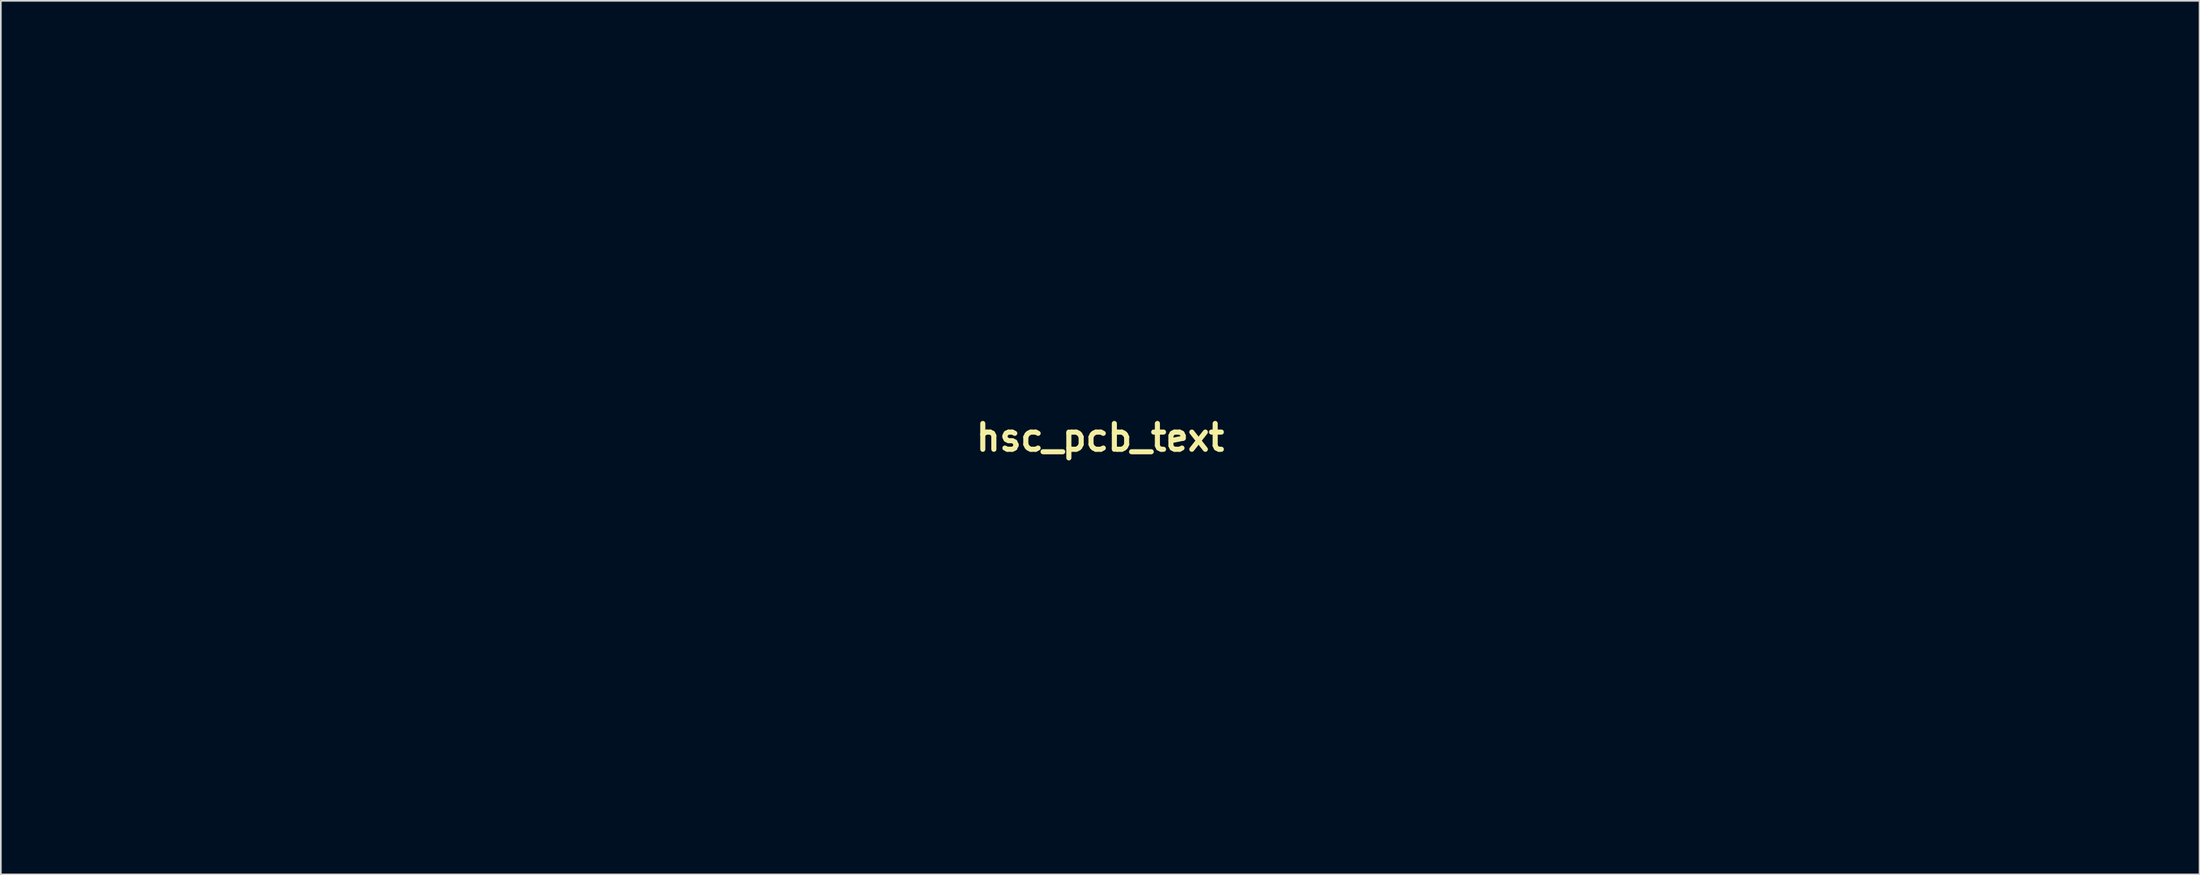
<source format=kicad_pcb>
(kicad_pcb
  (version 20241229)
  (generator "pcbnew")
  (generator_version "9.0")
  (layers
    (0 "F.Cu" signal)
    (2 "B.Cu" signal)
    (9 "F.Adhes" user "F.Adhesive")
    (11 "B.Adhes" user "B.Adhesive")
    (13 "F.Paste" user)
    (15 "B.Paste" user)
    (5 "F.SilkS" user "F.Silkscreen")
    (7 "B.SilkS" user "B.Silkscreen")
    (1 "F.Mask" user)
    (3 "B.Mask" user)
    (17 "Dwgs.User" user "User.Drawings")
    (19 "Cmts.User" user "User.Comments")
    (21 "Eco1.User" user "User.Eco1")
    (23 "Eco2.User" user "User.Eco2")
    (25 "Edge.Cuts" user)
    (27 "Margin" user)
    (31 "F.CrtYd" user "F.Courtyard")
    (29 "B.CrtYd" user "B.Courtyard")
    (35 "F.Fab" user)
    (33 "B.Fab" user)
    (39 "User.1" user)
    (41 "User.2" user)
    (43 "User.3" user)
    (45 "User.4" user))
  (footprint "hsc_pcb_text"
    (layer "F.Cu")
    (at 61.885 22.792)
    (property "Reference" "hsc_pcb_text" (at 0 0 0) (layer "F.SilkS") (effects (font (size 1.524 1.524) (thickness 0.3))))
    (attr through_hole)
    (fp_poly (pts (xy -38.675 16.463) (xy -38.727 16.515) (xy -38.779 16.463) (xy -38.727 16.411) (xy -38.675 16.463)) (stroke (width 0.01) (type solid)) (fill yes) (layer "F.Mask"))
    (fp_poly (pts (xy -38.466 15.522) (xy -38.518 15.574) (xy -38.57 15.522) (xy -38.518 15.47) (xy -38.466 15.522)) (stroke (width 0.01) (type solid)) (fill yes) (layer "F.Mask"))
    (fp_poly (pts (xy -38.257 14.581) (xy -38.309 14.634) (xy -38.361 14.581) (xy -38.309 14.529) (xy -38.257 14.581)) (stroke (width 0.01) (type solid)) (fill yes) (layer "F.Mask"))
    (fp_poly (pts (xy -35.644 18.449) (xy -35.696 18.501) (xy -35.748 18.449) (xy -35.696 18.397) (xy -35.644 18.449)) (stroke (width 0.01) (type solid)) (fill yes) (layer "F.Mask"))
    (fp_poly (pts (xy -35.435 17.508) (xy -35.487 17.56) (xy -35.539 17.508) (xy -35.487 17.456) (xy -35.435 17.508)) (stroke (width 0.01) (type solid)) (fill yes) (layer "F.Mask"))
    (fp_poly (pts (xy -35.226 16.567) (xy -35.278 16.62) (xy -35.33 16.567) (xy -35.278 16.515) (xy -35.226 16.567)) (stroke (width 0.01) (type solid)) (fill yes) (layer "F.Mask"))
    (fp_poly (pts (xy -19.756 -13.327) (xy -19.808 -13.275) (xy -19.86 -13.327) (xy -19.808 -13.379) (xy -19.756 -13.327)) (stroke (width 0.01) (type solid)) (fill yes) (layer "F.Mask"))
    (fp_poly (pts (xy -3.554 18.344) (xy -3.606 18.397) (xy -3.658 18.344) (xy -3.606 18.292) (xy -3.554 18.344)) (stroke (width 0.01) (type solid)) (fill yes) (layer "F.Mask"))
    (fp_poly (pts (xy -3.345 17.404) (xy -3.397 17.456) (xy -3.449 17.404) (xy -3.397 17.351) (xy -3.345 17.404)) (stroke (width 0.01) (type solid)) (fill yes) (layer "F.Mask"))
    (fp_poly (pts (xy -3.24 16.986) (xy -3.293 17.038) (xy -3.345 16.986) (xy -3.293 16.933) (xy -3.24 16.986)) (stroke (width 0.01) (type solid)) (fill yes) (layer "F.Mask"))
    (fp_poly (pts (xy -2.718 14.581) (xy -2.77 14.634) (xy -2.822 14.581) (xy -2.77 14.529) (xy -2.718 14.581)) (stroke (width 0.01) (type solid)) (fill yes) (layer "F.Mask"))
    (fp_poly (pts (xy -2.509 13.641) (xy -2.561 13.693) (xy -2.613 13.641) (xy -2.561 13.588) (xy -2.509 13.641)) (stroke (width 0.01) (type solid)) (fill yes) (layer "F.Mask"))
    (fp_poly (pts (xy -2.404 13.223) (xy -2.456 13.275) (xy -2.509 13.223) (xy -2.456 13.17) (xy -2.404 13.223)) (stroke (width 0.01) (type solid)) (fill yes) (layer "F.Mask"))
    (fp_poly (pts (xy 21.951 17.195) (xy 21.898 17.247) (xy 21.846 17.195) (xy 21.898 17.142) (xy 21.951 17.195)) (stroke (width 0.01) (type solid)) (fill yes) (layer "F.Mask"))
    (fp_poly (pts (xy 26.654 0.052) (xy 26.602 0.105) (xy 26.55 0.052) (xy 26.602 0) (xy 26.654 0.052)) (stroke (width 0.01) (type solid)) (fill yes) (layer "F.Mask"))
    (fp_poly (pts (xy -38.814 16.864) (xy -38.802 16.988) (xy -38.814 17.003) (xy -38.876 16.989) (xy -38.884 16.933) (xy -38.846 16.847) (xy -38.814 16.864)) (stroke (width 0.01) (type solid)) (fill yes) (layer "F.Mask"))
    (fp_poly (pts (xy -38.605 15.923) (xy -38.593 16.047) (xy -38.605 16.062) (xy -38.667 16.048) (xy -38.675 15.993) (xy -38.637 15.907) (xy -38.605 15.923)) (stroke (width 0.01) (type solid)) (fill yes) (layer "F.Mask"))
    (fp_poly (pts (xy -38.396 14.982) (xy -38.384 15.106) (xy -38.396 15.122) (xy -38.458 15.107) (xy -38.466 15.052) (xy -38.428 14.966) (xy -38.396 14.982)) (stroke (width 0.01) (type solid)) (fill yes) (layer "F.Mask"))
    (fp_poly (pts (xy -19.372 -12.09) (xy -19.36 -11.966) (xy -19.372 -11.951) (xy -19.434 -11.965) (xy -19.442 -12.021) (xy -19.404 -12.107) (xy -19.372 -12.09)) (stroke (width 0.01) (type solid)) (fill yes) (layer "F.Mask"))
    (fp_poly (pts (xy -3.484 17.804) (xy -3.472 17.928) (xy -3.484 17.944) (xy -3.546 17.929) (xy -3.554 17.874) (xy -3.516 17.788) (xy -3.484 17.804)) (stroke (width 0.01) (type solid)) (fill yes) (layer "F.Mask"))
    (fp_poly (pts (xy -2.648 14.041) (xy -2.636 14.165) (xy -2.648 14.181) (xy -2.71 14.166) (xy -2.718 14.111) (xy -2.679 14.025) (xy -2.648 14.041)) (stroke (width 0.01) (type solid)) (fill yes) (layer "F.Mask"))
    (fp_poly (pts (xy -41.006 -5.554) (xy -40.974 -5.335) (xy -40.974 -5.331) (xy -41.005 -5.111) (xy -41.078 -5.017) (xy -41.079 -5.017) (xy -41.152 -5.108) (xy -41.184 -5.327) (xy -41.184 -5.331) (xy -41.153 -5.551) (xy -41.08 -5.644) (xy -41.079 -5.644) (xy -41.006 -5.554)) (stroke (width 0.01) (type solid)) (fill yes) (layer "F.Mask"))
    (fp_poly (pts (xy -26.714 13.368) (xy -26.732 13.531) (xy -26.814 13.727) (xy -27.003 13.795) (xy -27.092 13.798) (xy -27.309 13.772) (xy -27.374 13.665) (xy -27.367 13.562) (xy -27.283 13.381) (xy -27.063 13.302) (xy -27.007 13.295) (xy -26.785 13.29) (xy -26.714 13.368)) (stroke (width 0.01) (type solid)) (fill yes) (layer "F.Mask"))
    (fp_poly (pts (xy -27.229 15.752) (xy -27.367 16.351) (xy -27.523 17.028) (xy -27.666 17.658) (xy -27.697 17.796) (xy -27.803 18.259) (xy -27.884 18.555) (xy -27.959 18.721) (xy -28.048 18.795) (xy -28.17 18.814) (xy -28.228 18.815) (xy -28.439 18.793) (xy -28.495 18.686) (xy -28.472 18.527) (xy -28.43 18.331) (xy -28.351 17.972) (xy -28.245 17.49) (xy -28.12 16.928) (xy -28.028 16.515) (xy -27.642 14.791) (xy -27.316 14.759) (xy -26.989 14.727) (xy -27.229 15.752)) (stroke (width 0.01) (type solid)) (fill yes) (layer "F.Mask"))
    (fp_poly (pts (xy -32.032 -11.674) (xy -31.787 -11.589) (xy -31.746 -11.558) (xy -31.647 -11.35) (xy -31.573 -10.984) (xy -31.524 -10.507) (xy -31.501 -9.968) (xy -31.505 -9.416) (xy -31.535 -8.899) (xy -31.592 -8.465) (xy -31.677 -8.163) (xy -31.716 -8.094) (xy -31.89 -7.978) (xy -32.178 -7.888) (xy -32.276 -7.871) (xy -32.717 -7.812) (xy -32.717 -8.96) (xy -32.724 -9.538) (xy -32.742 -10.142) (xy -32.768 -10.678) (xy -32.784 -10.907) (xy -32.852 -11.707) (xy -32.374 -11.707) (xy -32.032 -11.674)) (stroke (width 0.01) (type solid)) (fill yes) (layer "F.Mask"))
    (fp_poly (pts (xy -23.357 -11.779) (xy -23.111 -11.693) (xy -23.071 -11.662) (xy -22.971 -11.455) (xy -22.897 -11.089) (xy -22.849 -10.612) (xy -22.826 -10.073) (xy -22.829 -9.52) (xy -22.859 -9.003) (xy -22.917 -8.569) (xy -23.002 -8.267) (xy -23.04 -8.199) (xy -23.214 -8.082) (xy -23.502 -7.992) (xy -23.601 -7.976) (xy -24.041 -7.917) (xy -24.041 -9.064) (xy -24.048 -9.643) (xy -24.066 -10.246) (xy -24.092 -10.783) (xy -24.109 -11.012) (xy -24.176 -11.812) (xy -23.698 -11.812) (xy -23.357 -11.779)) (stroke (width 0.01) (type solid)) (fill yes) (layer "F.Mask"))
    (fp_poly (pts (xy 22.588 14.833) (xy 22.628 14.942) (xy 22.776 15.143) (xy 22.897 15.21) (xy 23.023 15.26) (xy 23.082 15.34) (xy 23.08 15.5) (xy 23.022 15.792) (xy 22.98 15.977) (xy 22.885 16.305) (xy 22.771 16.482) (xy 22.6 16.565) (xy 22.588 16.568) (xy 22.296 16.69) (xy 22.117 16.811) (xy 21.976 16.922) (xy 21.951 16.871) (xy 21.985 16.724) (xy 22.037 16.501) (xy 22.116 16.141) (xy 22.208 15.713) (xy 22.231 15.601) (xy 22.341 15.126) (xy 22.432 14.848) (xy 22.512 14.754) (xy 22.588 14.833)) (stroke (width 0.01) (type solid)) (fill yes) (layer "F.Mask"))
    (fp_poly (pts (xy 27.813 0.545) (xy 27.891 0.651) (xy 27.909 0.901) (xy 27.909 0.928) (xy 27.892 1.409) (xy 27.829 1.723) (xy 27.701 1.909) (xy 27.488 2.005) (xy 27.374 2.028) (xy 27.05 2.124) (xy 26.786 2.275) (xy 26.757 2.301) (xy 26.645 2.405) (xy 26.583 2.411) (xy 26.556 2.286) (xy 26.55 1.997) (xy 26.55 1.838) (xy 26.556 1.469) (xy 26.596 1.237) (xy 26.697 1.071) (xy 26.89 0.899) (xy 26.957 0.845) (xy 27.253 0.653) (xy 27.535 0.538) (xy 27.636 0.523) (xy 27.813 0.545)) (stroke (width 0.01) (type solid)) (fill yes) (layer "F.Mask"))
    (fp_poly (pts (xy 43.688 -3.846) (xy 43.791 -3.578) (xy 43.929 -3.198) (xy 44.088 -2.746) (xy 44.255 -2.263) (xy 44.415 -1.789) (xy 44.555 -1.366) (xy 44.66 -1.033) (xy 44.717 -0.832) (xy 44.722 -0.791) (xy 44.576 -0.744) (xy 44.312 -0.706) (xy 44.023 -0.686) (xy 43.801 -0.694) (xy 43.771 -0.7) (xy 43.701 -0.736) (xy 43.651 -0.824) (xy 43.619 -0.994) (xy 43.599 -1.278) (xy 43.59 -1.706) (xy 43.588 -2.309) (xy 43.588 -2.377) (xy 43.59 -2.93) (xy 43.598 -3.396) (xy 43.61 -3.742) (xy 43.624 -3.934) (xy 43.634 -3.96) (xy 43.688 -3.846)) (stroke (width 0.01) (type solid)) (fill yes) (layer "F.Mask"))
    (fp_poly (pts (xy 53.16 -5.185) (xy 53.359 -5.148) (xy 53.674 -5.125) (xy 53.84 -5.122) (xy 54.354 -5.122) (xy 54.354 -3.81) (xy 54.352 -3.263) (xy 54.341 -2.884) (xy 54.314 -2.631) (xy 54.266 -2.463) (xy 54.188 -2.34) (xy 54.097 -2.243) (xy 53.794 -2.028) (xy 53.493 -2.015) (xy 53.227 -2.149) (xy 53.135 -2.224) (xy 53.071 -2.323) (xy 53.031 -2.482) (xy 53.008 -2.736) (xy 52.998 -3.121) (xy 52.995 -3.674) (xy 52.995 -3.78) (xy 52.997 -4.363) (xy 53.007 -4.766) (xy 53.027 -5.019) (xy 53.061 -5.152) (xy 53.112 -5.194) (xy 53.16 -5.185)) (stroke (width 0.01) (type solid)) (fill yes) (layer "F.Mask"))
    (fp_poly (pts (xy 44.709 0.019) (xy 44.785 0.083) (xy 44.839 0.219) (xy 44.872 0.452) (xy 44.887 0.806) (xy 44.887 1.307) (xy 44.876 1.98) (xy 44.866 2.378) (xy 44.845 3.139) (xy 44.823 3.714) (xy 44.797 4.125) (xy 44.766 4.394) (xy 44.728 4.545) (xy 44.68 4.598) (xy 44.67 4.599) (xy 44.623 4.564) (xy 44.587 4.443) (xy 44.56 4.214) (xy 44.543 3.853) (xy 44.533 3.339) (xy 44.529 2.648) (xy 44.528 2.3) (xy 44.532 1.632) (xy 44.541 1.04) (xy 44.556 0.555) (xy 44.575 0.206) (xy 44.596 0.022) (xy 44.607 0.002) (xy 44.709 0.019)) (stroke (width 0.01) (type solid)) (fill yes) (layer "F.Mask"))
    (fp_poly (pts (xy 29.93 -9.181) (xy 29.95 -8.228) (xy 29.968 -7.157) (xy 29.983 -6.043) (xy 29.993 -4.961) (xy 29.999 -3.985) (xy 29.999 -3.656) (xy 29.999 -0.969) (xy 29.55 -0.908) (xy 29.233 -0.855) (xy 28.988 -0.8) (xy 28.941 -0.785) (xy 28.836 -0.798) (xy 28.739 -0.948) (xy 28.631 -1.266) (xy 28.606 -1.353) (xy 28.565 -1.522) (xy 28.531 -1.721) (xy 28.503 -1.969) (xy 28.481 -2.285) (xy 28.463 -2.689) (xy 28.45 -3.201) (xy 28.441 -3.839) (xy 28.436 -4.624) (xy 28.432 -5.574) (xy 28.431 -6.709) (xy 28.431 -7.002) (xy 28.431 -12.021) (xy 29.861 -12.021) (xy 29.93 -9.181)) (stroke (width 0.01) (type solid)) (fill yes) (layer "F.Mask"))
    (fp_poly (pts (xy 38.491 -9.721) (xy 38.496 -8.615) (xy 38.501 -7.507) (xy 38.505 -6.428) (xy 38.509 -5.408) (xy 38.512 -4.479) (xy 38.514 -3.671) (xy 38.516 -3.014) (xy 38.517 -2.587) (xy 38.518 -0.679) (xy 37.959 -0.714) (xy 37.426 -0.706) (xy 37.049 -0.593) (xy 36.796 -0.358) (xy 36.659 -0.068) (xy 36.622 0.027) (xy 36.591 0.057) (xy 36.565 0.006) (xy 36.542 -0.144) (xy 36.523 -0.408) (xy 36.506 -0.805) (xy 36.49 -1.35) (xy 36.474 -2.06) (xy 36.457 -2.952) (xy 36.445 -3.597) (xy 36.428 -4.707) (xy 36.412 -5.941) (xy 36.398 -7.238) (xy 36.387 -8.536) (xy 36.379 -9.772) (xy 36.376 -10.885) (xy 36.375 -11.254) (xy 36.375 -14.947) (xy 38.466 -14.947) (xy 38.491 -9.721)) (stroke (width 0.01) (type solid)) (fill yes) (layer "F.Mask"))
    (fp_poly (pts (xy 35.33 -12.857) (xy 32.788 -12.857) (xy 32.861 -6.324) (xy 32.873 -5.177) (xy 32.883 -4.093) (xy 32.891 -3.092) (xy 32.897 -2.19) (xy 32.9 -1.406) (xy 32.902 -0.756) (xy 32.9 -0.26) (xy 32.897 0.067) (xy 32.89 0.205) (xy 32.889 0.209) (xy 32.834 0.121) (xy 32.776 -0.061) (xy 32.577 -0.465) (xy 32.235 -0.732) (xy 31.786 -0.836) (xy 31.752 -0.836) (xy 31.416 -0.802) (xy 31.137 -0.716) (xy 31.084 -0.685) (xy 30.869 -0.534) (xy 30.8 -3.995) (xy 30.782 -4.995) (xy 30.766 -6.079) (xy 30.752 -7.189) (xy 30.741 -8.267) (xy 30.734 -9.256) (xy 30.731 -10.098) (xy 30.731 -10.156) (xy 30.731 -12.857) (xy 28.222 -12.857) (xy 28.222 -14.947) (xy 35.33 -14.947) (xy 35.33 -12.857)) (stroke (width 0.01) (type solid)) (fill yes) (layer "F.Mask"))
    (fp_poly (pts (xy 35.466 -12.112) (xy 35.49 -12.105) (xy 35.5 -11.995) (xy 35.511 -11.695) (xy 35.524 -11.224) (xy 35.539 -10.602) (xy 35.554 -9.848) (xy 35.569 -8.981) (xy 35.584 -8.02) (xy 35.599 -6.985) (xy 35.607 -6.395) (xy 35.678 -0.732) (xy 35.356 -0.732) (xy 35.08 -0.718) (xy 34.894 -0.687) (xy 34.69 -0.689) (xy 34.546 -0.732) (xy 34.274 -0.806) (xy 34.064 -0.829) (xy 33.902 -0.852) (xy 33.81 -0.947) (xy 33.755 -1.165) (xy 33.725 -1.385) (xy 33.712 -1.599) (xy 33.7 -2) (xy 33.688 -2.562) (xy 33.678 -3.265) (xy 33.67 -4.083) (xy 33.664 -4.995) (xy 33.66 -5.976) (xy 33.659 -6.968) (xy 33.658 -12.002) (xy 34.551 -12.076) (xy 34.96 -12.105) (xy 35.282 -12.117) (xy 35.466 -12.112)) (stroke (width 0.01) (type solid)) (fill yes) (layer "F.Mask"))
    (fp_poly (pts (xy 45.958 0.036) (xy 45.966 0.037) (xy 46.301 0.075) (xy 46.723 0.099) (xy 46.959 0.103) (xy 47.314 0.117) (xy 47.502 0.164) (xy 47.559 0.253) (xy 47.56 0.261) (xy 47.491 0.37) (xy 47.262 0.415) (xy 47.142 0.418) (xy 46.723 0.418) (xy 46.723 2.509) (xy 46.722 3.221) (xy 46.717 3.752) (xy 46.705 4.126) (xy 46.684 4.372) (xy 46.653 4.514) (xy 46.608 4.581) (xy 46.547 4.599) (xy 46.541 4.599) (xy 46.478 4.586) (xy 46.433 4.527) (xy 46.402 4.396) (xy 46.384 4.167) (xy 46.377 3.813) (xy 46.379 3.307) (xy 46.388 2.622) (xy 46.39 2.509) (xy 46.422 0.418) (xy 45.998 0.418) (xy 45.723 0.402) (xy 45.601 0.335) (xy 45.574 0.195) (xy 45.597 0.054) (xy 45.706 0.008) (xy 45.958 0.036)) (stroke (width 0.01) (type solid)) (fill yes) (layer "F.Mask"))
    (fp_poly (pts (xy -51.285 -13.991) (xy -51.267 -13.712) (xy -51.251 -13.26) (xy -51.237 -12.671) (xy -51.227 -11.979) (xy -51.22 -11.222) (xy -51.218 -10.527) (xy -51.218 -7.705) (xy -50.513 -7.771) (xy -50.014 -7.808) (xy -49.476 -7.833) (xy -49.154 -7.839) (xy -48.5 -7.84) (xy -48.5 -14.634) (xy -46.41 -14.634) (xy -46.41 1.254) (xy -48.5 1.254) (xy -48.5 -5.853) (xy -51.218 -5.853) (xy -51.218 1.359) (xy -53.309 1.359) (xy -53.31 -6.402) (xy -53.311 -7.663) (xy -53.314 -8.866) (xy -53.318 -9.995) (xy -53.323 -11.032) (xy -53.33 -11.962) (xy -53.337 -12.767) (xy -53.346 -13.43) (xy -53.355 -13.934) (xy -53.365 -14.263) (xy -53.375 -14.399) (xy -53.396 -14.505) (xy -53.365 -14.574) (xy -53.249 -14.612) (xy -53.009 -14.629) (xy -52.611 -14.634) (xy -52.395 -14.634) (xy -51.352 -14.634) (xy -51.285 -13.991)) (stroke (width 0.01) (type solid)) (fill yes) (layer "F.Mask"))
    (fp_poly (pts (xy 4.532 -14.2) (xy 4.55 -13.922) (xy 4.566 -13.469) (xy 4.58 -12.88) (xy 4.591 -12.188) (xy 4.597 -11.431) (xy 4.599 -10.736) (xy 4.599 -7.914) (xy 5.305 -7.98) (xy 5.804 -8.017) (xy 6.342 -8.042) (xy 6.664 -8.048) (xy 7.317 -8.049) (xy 7.317 -14.843) (xy 9.407 -14.843) (xy 9.407 1.045) (xy 7.317 1.045) (xy 7.317 -6.063) (xy 4.599 -6.063) (xy 4.599 1.15) (xy 2.509 1.15) (xy 2.507 -6.611) (xy 2.506 -7.872) (xy 2.504 -9.075) (xy 2.499 -10.204) (xy 2.494 -11.241) (xy 2.488 -12.171) (xy 2.48 -12.976) (xy 2.472 -13.639) (xy 2.463 -14.143) (xy 2.453 -14.472) (xy 2.443 -14.608) (xy 2.422 -14.714) (xy 2.452 -14.783) (xy 2.569 -14.821) (xy 2.808 -14.838) (xy 3.207 -14.843) (xy 3.422 -14.843) (xy 4.465 -14.843) (xy 4.532 -14.2)) (stroke (width 0.01) (type solid)) (fill yes) (layer "F.Mask"))
    (fp_poly (pts (xy -35.423 13.077) (xy -35.33 13.104) (xy -35.33 13.105) (xy -35.352 13.213) (xy -35.414 13.498) (xy -35.511 13.935) (xy -35.635 14.495) (xy -35.782 15.153) (xy -35.946 15.882) (xy -35.957 15.932) (xy -36.122 16.665) (xy -36.27 17.329) (xy -36.397 17.898) (xy -36.495 18.345) (xy -36.559 18.643) (xy -36.584 18.766) (xy -36.584 18.767) (xy -36.675 18.801) (xy -36.895 18.815) (xy -36.898 18.815) (xy -37.118 18.805) (xy -37.212 18.782) (xy -37.212 18.781) (xy -37.19 18.674) (xy -37.128 18.39) (xy -37.032 17.955) (xy -36.908 17.395) (xy -36.762 16.737) (xy -36.599 16.007) (xy -36.584 15.94) (xy -36.42 15.205) (xy -36.272 14.54) (xy -36.146 13.97) (xy -36.048 13.523) (xy -35.983 13.224) (xy -35.957 13.101) (xy -35.957 13.1) (xy -35.866 13.076) (xy -35.647 13.066) (xy -35.644 13.066) (xy -35.423 13.077)) (stroke (width 0.01) (type solid)) (fill yes) (layer "F.Mask"))
    (fp_poly (pts (xy -16.816 14.734) (xy -16.749 14.832) (xy -16.765 14.904) (xy -16.821 15.094) (xy -16.829 15.152) (xy -16.921 15.217) (xy -17.153 15.283) (xy -17.258 15.303) (xy -17.711 15.464) (xy -17.981 15.665) (xy -18.103 15.797) (xy -18.202 15.941) (xy -18.29 16.131) (xy -18.378 16.4) (xy -18.478 16.783) (xy -18.602 17.312) (xy -18.71 17.796) (xy -18.815 18.259) (xy -18.896 18.555) (xy -18.97 18.721) (xy -19.059 18.795) (xy -19.18 18.814) (xy -19.239 18.815) (xy -19.449 18.793) (xy -19.506 18.686) (xy -19.482 18.527) (xy -19.44 18.331) (xy -19.362 17.972) (xy -19.255 17.49) (xy -19.13 16.928) (xy -19.038 16.515) (xy -18.653 14.791) (xy -18.333 14.759) (xy -18.118 14.753) (xy -18.044 14.833) (xy -18.06 15.058) (xy -18.062 15.073) (xy -18.11 15.418) (xy -17.861 15.196) (xy -17.565 14.973) (xy -17.265 14.815) (xy -17.002 14.732) (xy -16.816 14.734)) (stroke (width 0.01) (type solid)) (fill yes) (layer "F.Mask"))
    (fp_poly (pts (xy 4.089 14.734) (xy 4.156 14.832) (xy 4.14 14.904) (xy 4.084 15.094) (xy 4.077 15.152) (xy 3.984 15.217) (xy 3.752 15.283) (xy 3.647 15.303) (xy 3.194 15.464) (xy 2.924 15.665) (xy 2.802 15.797) (xy 2.703 15.941) (xy 2.616 16.131) (xy 2.527 16.4) (xy 2.427 16.783) (xy 2.304 17.312) (xy 2.195 17.796) (xy 2.09 18.259) (xy 2.01 18.555) (xy 1.935 18.721) (xy 1.847 18.795) (xy 1.725 18.814) (xy 1.666 18.815) (xy 1.456 18.793) (xy 1.4 18.686) (xy 1.423 18.527) (xy 1.465 18.331) (xy 1.544 17.972) (xy 1.65 17.49) (xy 1.775 16.928) (xy 1.867 16.515) (xy 2.253 14.791) (xy 2.572 14.759) (xy 2.787 14.753) (xy 2.862 14.833) (xy 2.846 15.058) (xy 2.844 15.073) (xy 2.796 15.418) (xy 3.044 15.196) (xy 3.34 14.973) (xy 3.64 14.815) (xy 3.904 14.732) (xy 4.089 14.734)) (stroke (width 0.01) (type solid)) (fill yes) (layer "F.Mask"))
    (fp_poly (pts (xy 15.279 -11.873) (xy 15.451 -11.737) (xy 15.454 -11.733) (xy 15.475 -11.593) (xy 15.499 -11.266) (xy 15.523 -10.774) (xy 15.547 -10.14) (xy 15.571 -9.386) (xy 15.593 -8.533) (xy 15.613 -7.605) (xy 15.626 -6.931) (xy 15.702 -2.313) (xy 15.434 -2.045) (xy 15.12 -1.822) (xy 14.816 -1.805) (xy 14.542 -1.96) (xy 14.489 -2.009) (xy 14.445 -2.073) (xy 14.409 -2.171) (xy 14.379 -2.321) (xy 14.355 -2.544) (xy 14.335 -2.857) (xy 14.317 -3.28) (xy 14.302 -3.831) (xy 14.288 -4.529) (xy 14.273 -5.393) (xy 14.257 -6.442) (xy 14.252 -6.761) (xy 14.236 -7.872) (xy 14.224 -8.793) (xy 14.217 -9.543) (xy 14.215 -10.141) (xy 14.219 -10.607) (xy 14.229 -10.959) (xy 14.245 -11.217) (xy 14.269 -11.399) (xy 14.299 -11.525) (xy 14.338 -11.614) (xy 14.358 -11.648) (xy 14.533 -11.835) (xy 14.779 -11.909) (xy 14.946 -11.916) (xy 15.279 -11.873)) (stroke (width 0.01) (type solid)) (fill yes) (layer "F.Mask"))
    (fp_poly (pts (xy 24.373 -11.978) (xy 24.545 -11.842) (xy 24.548 -11.838) (xy 24.569 -11.698) (xy 24.593 -11.371) (xy 24.617 -10.879) (xy 24.641 -10.245) (xy 24.665 -9.49) (xy 24.687 -8.638) (xy 24.707 -7.709) (xy 24.719 -7.036) (xy 24.795 -2.417) (xy 24.528 -2.149) (xy 24.213 -1.927) (xy 23.91 -1.909) (xy 23.635 -2.064) (xy 23.583 -2.113) (xy 23.539 -2.177) (xy 23.503 -2.275) (xy 23.473 -2.426) (xy 23.449 -2.648) (xy 23.428 -2.962) (xy 23.411 -3.384) (xy 23.396 -3.935) (xy 23.382 -4.633) (xy 23.367 -5.498) (xy 23.351 -6.547) (xy 23.346 -6.865) (xy 23.329 -7.976) (xy 23.318 -8.897) (xy 23.311 -9.647) (xy 23.309 -10.246) (xy 23.313 -10.711) (xy 23.323 -11.063) (xy 23.339 -11.321) (xy 23.363 -11.504) (xy 23.393 -11.63) (xy 23.432 -11.719) (xy 23.452 -11.752) (xy 23.627 -11.94) (xy 23.873 -12.014) (xy 24.04 -12.021) (xy 24.373 -11.978)) (stroke (width 0.01) (type solid)) (fill yes) (layer "F.Mask"))
    (fp_poly (pts (xy 33.67 14.734) (xy 33.738 14.832) (xy 33.721 14.904) (xy 33.665 15.094) (xy 33.658 15.152) (xy 33.565 15.217) (xy 33.333 15.283) (xy 33.228 15.303) (xy 32.775 15.464) (xy 32.505 15.665) (xy 32.384 15.797) (xy 32.284 15.941) (xy 32.197 16.131) (xy 32.108 16.4) (xy 32.008 16.783) (xy 31.885 17.312) (xy 31.776 17.796) (xy 31.671 18.259) (xy 31.591 18.555) (xy 31.516 18.721) (xy 31.428 18.795) (xy 31.306 18.814) (xy 31.248 18.815) (xy 31.037 18.793) (xy 30.981 18.686) (xy 31.004 18.527) (xy 31.046 18.331) (xy 31.125 17.972) (xy 31.231 17.49) (xy 31.356 16.928) (xy 31.448 16.515) (xy 31.834 14.791) (xy 32.153 14.759) (xy 32.368 14.753) (xy 32.443 14.833) (xy 32.427 15.058) (xy 32.425 15.073) (xy 32.377 15.418) (xy 32.625 15.196) (xy 32.921 14.973) (xy 33.221 14.815) (xy 33.485 14.732) (xy 33.67 14.734)) (stroke (width 0.01) (type solid)) (fill yes) (layer "F.Mask"))
    (fp_poly (pts (xy 44.332 14.734) (xy 44.399 14.832) (xy 44.383 14.904) (xy 44.327 15.094) (xy 44.319 15.152) (xy 44.227 15.217) (xy 43.995 15.283) (xy 43.89 15.303) (xy 43.437 15.464) (xy 43.167 15.665) (xy 43.045 15.797) (xy 42.946 15.941) (xy 42.858 16.131) (xy 42.77 16.4) (xy 42.67 16.783) (xy 42.546 17.312) (xy 42.438 17.796) (xy 42.333 18.259) (xy 42.253 18.555) (xy 42.178 18.721) (xy 42.09 18.795) (xy 41.968 18.814) (xy 41.909 18.815) (xy 41.699 18.793) (xy 41.643 18.686) (xy 41.666 18.527) (xy 41.708 18.331) (xy 41.786 17.972) (xy 41.893 17.49) (xy 42.018 16.928) (xy 42.11 16.515) (xy 42.495 14.791) (xy 42.815 14.759) (xy 43.03 14.753) (xy 43.104 14.833) (xy 43.089 15.058) (xy 43.087 15.073) (xy 43.038 15.418) (xy 43.287 15.196) (xy 43.583 14.973) (xy 43.883 14.815) (xy 44.146 14.732) (xy 44.332 14.734)) (stroke (width 0.01) (type solid)) (fill yes) (layer "F.Mask"))
    (fp_poly (pts (xy -29.586 13.452) (xy -29.636 13.675) (xy -29.723 14.063) (xy -29.84 14.579) (xy -29.976 15.185) (xy -30.125 15.843) (xy -30.151 15.958) (xy -30.294 16.597) (xy -30.42 17.169) (xy -30.521 17.643) (xy -30.592 17.985) (xy -30.625 18.163) (xy -30.626 18.179) (xy -30.524 18.238) (xy -30.223 18.276) (xy -29.734 18.292) (xy -29.626 18.292) (xy -29.164 18.294) (xy -28.874 18.307) (xy -28.717 18.339) (xy -28.657 18.399) (xy -28.655 18.498) (xy -28.659 18.527) (xy -28.682 18.624) (xy -28.741 18.691) (xy -28.87 18.735) (xy -29.106 18.761) (xy -29.481 18.778) (xy -30.025 18.792) (xy -30.601 18.8) (xy -30.994 18.792) (xy -31.232 18.767) (xy -31.341 18.722) (xy -31.355 18.687) (xy -31.332 18.553) (xy -31.27 18.243) (xy -31.173 17.785) (xy -31.049 17.209) (xy -30.903 16.541) (xy -30.747 15.836) (xy -30.141 13.118) (xy -29.819 13.086) (xy -29.496 13.054) (xy -29.586 13.452)) (stroke (width 0.01) (type solid)) (fill yes) (layer "F.Mask"))
    (fp_poly (pts (xy 37.641 13.084) (xy 37.734 13.128) (xy 37.734 13.129) (xy 37.712 13.244) (xy 37.65 13.534) (xy 37.555 13.969) (xy 37.432 14.52) (xy 37.289 15.156) (xy 37.203 15.54) (xy 37.054 16.218) (xy 36.926 16.834) (xy 36.825 17.355) (xy 36.758 17.752) (xy 36.73 17.993) (xy 36.733 18.048) (xy 36.877 18.204) (xy 37.009 18.264) (xy 37.165 18.368) (xy 37.165 18.471) (xy 37.112 18.667) (xy 37.107 18.719) (xy 37.022 18.801) (xy 36.794 18.789) (xy 36.467 18.687) (xy 36.401 18.659) (xy 36.267 18.593) (xy 36.168 18.511) (xy 36.106 18.39) (xy 36.082 18.206) (xy 36.098 17.936) (xy 36.155 17.556) (xy 36.254 17.042) (xy 36.397 16.372) (xy 36.584 15.522) (xy 36.733 14.85) (xy 36.866 14.249) (xy 36.975 13.747) (xy 37.055 13.374) (xy 37.1 13.159) (xy 37.107 13.119) (xy 37.198 13.082) (xy 37.417 13.066) (xy 37.421 13.066) (xy 37.641 13.084)) (stroke (width 0.01) (type solid)) (fill yes) (layer "F.Mask"))
    (fp_poly (pts (xy 39.104 13.084) (xy 39.198 13.128) (xy 39.198 13.129) (xy 39.175 13.244) (xy 39.113 13.534) (xy 39.018 13.969) (xy 38.896 14.52) (xy 38.753 15.156) (xy 38.666 15.54) (xy 38.517 16.218) (xy 38.389 16.834) (xy 38.289 17.355) (xy 38.222 17.752) (xy 38.193 17.993) (xy 38.197 18.048) (xy 38.34 18.204) (xy 38.472 18.264) (xy 38.628 18.368) (xy 38.629 18.471) (xy 38.575 18.667) (xy 38.57 18.719) (xy 38.485 18.801) (xy 38.258 18.789) (xy 37.931 18.687) (xy 37.865 18.659) (xy 37.73 18.593) (xy 37.631 18.511) (xy 37.569 18.39) (xy 37.546 18.206) (xy 37.561 17.936) (xy 37.618 17.556) (xy 37.717 17.042) (xy 37.86 16.372) (xy 38.048 15.522) (xy 38.197 14.85) (xy 38.329 14.249) (xy 38.438 13.747) (xy 38.519 13.374) (xy 38.563 13.159) (xy 38.57 13.119) (xy 38.661 13.082) (xy 38.881 13.066) (xy 38.884 13.066) (xy 39.104 13.084)) (stroke (width 0.01) (type solid)) (fill yes) (layer "F.Mask"))
    (fp_poly (pts (xy -32.524 14.392) (xy -32.942 15.048) (xy -33.262 15.565) (xy -33.503 15.978) (xy -33.68 16.324) (xy -33.811 16.638) (xy -33.913 16.957) (xy -34.002 17.316) (xy -34.083 17.691) (xy -34.189 18.182) (xy -34.268 18.504) (xy -34.34 18.693) (xy -34.419 18.784) (xy -34.524 18.812) (xy -34.616 18.815) (xy -34.828 18.787) (xy -34.912 18.724) (xy -34.89 18.59) (xy -34.831 18.299) (xy -34.744 17.895) (xy -34.658 17.511) (xy -34.405 16.39) (xy -34.71 14.806) (xy -34.816 14.254) (xy -34.906 13.775) (xy -34.973 13.405) (xy -35.01 13.183) (xy -35.016 13.138) (xy -34.926 13.089) (xy -34.705 13.083) (xy -34.678 13.085) (xy -34.339 13.118) (xy -34.141 14.346) (xy -34.059 14.822) (xy -33.982 15.212) (xy -33.919 15.474) (xy -33.878 15.571) (xy -33.878 15.571) (xy -33.804 15.485) (xy -33.646 15.251) (xy -33.424 14.903) (xy -33.161 14.473) (xy -33.083 14.343) (xy -32.784 13.849) (xy -32.565 13.507) (xy -32.399 13.288) (xy -32.264 13.164) (xy -32.133 13.105) (xy -32.009 13.085) (xy -31.666 13.052) (xy -32.524 14.392)) (stroke (width 0.01) (type solid)) (fill yes) (layer "F.Mask"))
    (fp_poly (pts (xy -16.315 -11.629) (xy -16.099 -10.856) (xy -15.898 -10.148) (xy -15.72 -9.531) (xy -15.572 -9.029) (xy -15.461 -8.668) (xy -15.395 -8.473) (xy -15.383 -8.446) (xy -15.34 -8.524) (xy -15.251 -8.782) (xy -15.123 -9.195) (xy -14.963 -9.739) (xy -14.779 -10.392) (xy -14.576 -11.129) (xy -14.468 -11.529) (xy -13.623 -14.686) (xy -12.496 -14.716) (xy -11.999 -14.726) (xy -11.678 -14.723) (xy -11.499 -14.701) (xy -11.428 -14.656) (xy -11.431 -14.583) (xy -11.437 -14.567) (xy -11.482 -14.433) (xy -11.583 -14.12) (xy -11.734 -13.65) (xy -11.928 -13.044) (xy -12.158 -12.323) (xy -12.417 -11.509) (xy -12.699 -10.621) (xy -12.913 -9.946) (xy -14.32 -5.503) (xy -14.32 1.15) (xy -16.411 1.15) (xy -16.411 -2.221) (xy -16.412 -5.592) (xy -17.875 -10.087) (xy -18.176 -11.014) (xy -18.456 -11.88) (xy -18.709 -12.664) (xy -18.928 -13.348) (xy -19.107 -13.909) (xy -19.239 -14.328) (xy -19.317 -14.585) (xy -19.337 -14.66) (xy -19.24 -14.692) (xy -18.977 -14.718) (xy -18.593 -14.734) (xy -18.258 -14.738) (xy -17.178 -14.738) (xy -16.315 -11.629)) (stroke (width 0.01) (type solid)) (fill yes) (layer "F.Mask"))
    (fp_poly (pts (xy 48.294 0.037) (xy 48.395 0.169) (xy 48.509 0.428) (xy 48.652 0.846) (xy 48.717 1.052) (xy 48.855 1.478) (xy 48.974 1.811) (xy 49.059 2.013) (xy 49.094 2.055) (xy 49.146 1.939) (xy 49.243 1.672) (xy 49.37 1.299) (xy 49.44 1.081) (xy 49.618 0.583) (xy 49.772 0.259) (xy 49.896 0.125) (xy 49.903 0.123) (xy 49.996 0.115) (xy 50.044 0.157) (xy 50.042 0.276) (xy 49.984 0.503) (xy 49.866 0.864) (xy 49.681 1.389) (xy 49.65 1.476) (xy 49.464 2.014) (xy 49.343 2.427) (xy 49.273 2.783) (xy 49.24 3.151) (xy 49.232 3.6) (xy 49.232 3.624) (xy 49.229 4.08) (xy 49.213 4.367) (xy 49.178 4.523) (xy 49.113 4.587) (xy 49.023 4.599) (xy 48.929 4.585) (xy 48.868 4.518) (xy 48.834 4.361) (xy 48.818 4.077) (xy 48.814 3.628) (xy 48.814 3.523) (xy 48.808 3.035) (xy 48.781 2.645) (xy 48.72 2.283) (xy 48.614 1.879) (xy 48.451 1.365) (xy 48.403 1.223) (xy 48.234 0.713) (xy 48.128 0.368) (xy 48.081 0.156) (xy 48.086 0.045) (xy 48.139 0.005) (xy 48.191 0) (xy 48.294 0.037)) (stroke (width 0.01) (type solid)) (fill yes) (layer "F.Mask"))
    (fp_poly (pts (xy 38.975 0.152) (xy 39.019 0.478) (xy 39.055 1.005) (xy 39.085 1.728) (xy 39.093 1.995) (xy 39.114 2.614) (xy 39.141 3.165) (xy 39.171 3.612) (xy 39.202 3.92) (xy 39.23 4.05) (xy 39.409 4.161) (xy 39.681 4.183) (xy 39.953 4.122) (xy 40.131 3.986) (xy 40.135 3.979) (xy 40.173 3.803) (xy 40.204 3.451) (xy 40.227 2.955) (xy 40.241 2.347) (xy 40.243 1.941) (xy 40.244 1.281) (xy 40.249 0.802) (xy 40.262 0.474) (xy 40.286 0.269) (xy 40.323 0.158) (xy 40.378 0.113) (xy 40.452 0.105) (xy 40.532 0.115) (xy 40.588 0.165) (xy 40.625 0.287) (xy 40.646 0.511) (xy 40.655 0.869) (xy 40.657 1.39) (xy 40.656 1.699) (xy 40.646 2.522) (xy 40.618 3.163) (xy 40.569 3.646) (xy 40.493 3.997) (xy 40.389 4.241) (xy 40.251 4.404) (xy 40.241 4.412) (xy 39.905 4.566) (xy 39.511 4.581) (xy 39.156 4.457) (xy 39.099 4.416) (xy 38.925 4.192) (xy 38.796 3.883) (xy 38.785 3.84) (xy 38.754 3.588) (xy 38.736 3.204) (xy 38.732 2.727) (xy 38.738 2.196) (xy 38.755 1.649) (xy 38.78 1.125) (xy 38.812 0.664) (xy 38.849 0.303) (xy 38.891 0.082) (xy 38.926 0.031) (xy 38.975 0.152)) (stroke (width 0.01) (type solid)) (fill yes) (layer "F.Mask"))
    (fp_poly (pts (xy -38.489 13.119) (xy -37.872 13.148) (xy -37.425 13.243) (xy -37.117 13.417) (xy -36.915 13.684) (xy -36.852 13.832) (xy -36.839 14.035) (xy -36.872 14.397) (xy -36.941 14.875) (xy -37.04 15.428) (xy -37.158 16.011) (xy -37.289 16.584) (xy -37.422 17.102) (xy -37.55 17.523) (xy -37.627 17.727) (xy -37.91 18.171) (xy -38.33 18.494) (xy -38.901 18.702) (xy -39.636 18.801) (xy -40.008 18.812) (xy -40.406 18.798) (xy -40.615 18.747) (xy -40.658 18.684) (xy -40.635 18.551) (xy -40.589 18.324) (xy -39.953 18.324) (xy -39.348 18.261) (xy -38.94 18.195) (xy -38.656 18.075) (xy -38.445 17.901) (xy -38.325 17.761) (xy -38.221 17.58) (xy -38.123 17.326) (xy -38.017 16.963) (xy -37.892 16.456) (xy -37.776 15.943) (xy -37.625 15.243) (xy -37.529 14.717) (xy -37.49 14.334) (xy -37.511 14.068) (xy -37.592 13.888) (xy -37.735 13.766) (xy -37.91 13.686) (xy -38.217 13.619) (xy -38.56 13.609) (xy -38.561 13.61) (xy -38.93 13.641) (xy -39.371 15.574) (xy -39.515 16.212) (xy -39.647 16.806) (xy -39.758 17.317) (xy -39.84 17.703) (xy -39.882 17.916) (xy -39.953 18.324) (xy -40.589 18.324) (xy -40.572 18.242) (xy -40.476 17.785) (xy -40.351 17.209) (xy -40.205 16.541) (xy -40.048 15.836) (xy -39.441 13.118) (xy -38.489 13.119)) (stroke (width 0.01) (type solid)) (fill yes) (layer "F.Mask"))
    (fp_poly (pts (xy -19.474 13.593) (xy -19.389 13.633) (xy -19.365 13.748) (xy -19.398 13.978) (xy -19.482 14.36) (xy -19.515 14.503) (xy -19.525 14.666) (xy -19.418 14.729) (xy -19.237 14.738) (xy -18.994 14.787) (xy -18.916 14.902) (xy -18.995 15.03) (xy -19.22 15.124) (xy -19.31 15.137) (xy -19.44 15.15) (xy -19.539 15.18) (xy -19.619 15.256) (xy -19.692 15.405) (xy -19.769 15.656) (xy -19.863 16.038) (xy -19.985 16.58) (xy -20.07 16.963) (xy -20.179 17.513) (xy -20.218 17.892) (xy -20.182 18.129) (xy -20.065 18.253) (xy -19.862 18.292) (xy -19.836 18.292) (xy -19.686 18.34) (xy -19.692 18.458) (xy -19.749 18.657) (xy -19.756 18.719) (xy -19.818 18.787) (xy -20.026 18.792) (xy -20.383 18.738) (xy -20.616 18.676) (xy -20.776 18.572) (xy -20.866 18.397) (xy -20.888 18.126) (xy -20.845 17.732) (xy -20.74 17.187) (xy -20.599 16.567) (xy -20.49 16.081) (xy -20.407 15.669) (xy -20.357 15.373) (xy -20.349 15.237) (xy -20.35 15.235) (xy -20.48 15.168) (xy -20.588 15.156) (xy -20.729 15.103) (xy -20.727 14.947) (xy -20.586 14.771) (xy -20.43 14.738) (xy -20.284 14.71) (xy -20.185 14.593) (xy -20.101 14.339) (xy -20.06 14.163) (xy -19.978 13.836) (xy -19.896 13.664) (xy -19.776 13.598) (xy -19.626 13.588) (xy -19.474 13.593)) (stroke (width 0.01) (type solid)) (fill yes) (layer "F.Mask"))
    (fp_poly (pts (xy 29.979 -0.04) (xy 30.321 0.201) (xy 30.626 0.507) (xy 30.626 2.179) (xy 30.625 2.806) (xy 30.619 3.26) (xy 30.602 3.577) (xy 30.57 3.793) (xy 30.517 3.945) (xy 30.44 4.069) (xy 30.356 4.173) (xy 30.018 4.431) (xy 29.621 4.506) (xy 29.214 4.397) (xy 28.986 4.243) (xy 28.871 4.138) (xy 28.79 4.032) (xy 28.736 3.885) (xy 28.702 3.661) (xy 28.681 3.322) (xy 28.666 2.832) (xy 28.658 2.492) (xy 28.655 2.234) (xy 29.058 2.234) (xy 29.066 2.948) (xy 29.088 3.464) (xy 29.126 3.794) (xy 29.181 3.949) (xy 29.184 3.951) (xy 29.43 4.068) (xy 29.744 4.066) (xy 30.031 3.956) (xy 30.15 3.844) (xy 30.22 3.698) (xy 30.268 3.47) (xy 30.297 3.125) (xy 30.31 2.63) (xy 30.313 2.195) (xy 30.304 1.515) (xy 30.271 1.018) (xy 30.206 0.675) (xy 30.099 0.462) (xy 29.942 0.35) (xy 29.726 0.314) (xy 29.687 0.314) (xy 29.465 0.329) (xy 29.302 0.394) (xy 29.189 0.536) (xy 29.117 0.783) (xy 29.078 1.163) (xy 29.061 1.702) (xy 29.058 2.234) (xy 28.655 2.234) (xy 28.65 1.731) (xy 28.67 1.149) (xy 28.724 0.72) (xy 28.817 0.414) (xy 28.955 0.204) (xy 29.145 0.062) (xy 29.162 0.053) (xy 29.597 -0.092) (xy 29.979 -0.04)) (stroke (width 0.01) (type solid)) (fill yes) (layer "F.Mask"))
    (fp_poly (pts (xy 31.012 13.593) (xy 31.097 13.633) (xy 31.122 13.748) (xy 31.089 13.978) (xy 31.004 14.36) (xy 30.972 14.503) (xy 30.961 14.666) (xy 31.069 14.729) (xy 31.25 14.738) (xy 31.493 14.787) (xy 31.57 14.902) (xy 31.492 15.03) (xy 31.266 15.124) (xy 31.177 15.137) (xy 31.047 15.15) (xy 30.947 15.18) (xy 30.868 15.256) (xy 30.795 15.405) (xy 30.718 15.656) (xy 30.624 16.038) (xy 30.502 16.58) (xy 30.417 16.963) (xy 30.307 17.513) (xy 30.268 17.892) (xy 30.305 18.129) (xy 30.422 18.253) (xy 30.624 18.292) (xy 30.65 18.292) (xy 30.8 18.34) (xy 30.794 18.458) (xy 30.738 18.657) (xy 30.731 18.719) (xy 30.668 18.787) (xy 30.46 18.792) (xy 30.104 18.738) (xy 29.87 18.676) (xy 29.71 18.572) (xy 29.62 18.397) (xy 29.598 18.126) (xy 29.641 17.732) (xy 29.746 17.187) (xy 29.887 16.567) (xy 29.996 16.081) (xy 30.08 15.669) (xy 30.129 15.373) (xy 30.137 15.237) (xy 30.136 15.235) (xy 30.007 15.168) (xy 29.898 15.156) (xy 29.757 15.103) (xy 29.76 14.947) (xy 29.9 14.771) (xy 30.056 14.738) (xy 30.202 14.71) (xy 30.302 14.593) (xy 30.385 14.339) (xy 30.426 14.163) (xy 30.508 13.836) (xy 30.59 13.664) (xy 30.71 13.598) (xy 30.86 13.588) (xy 31.012 13.593)) (stroke (width 0.01) (type solid)) (fill yes) (layer "F.Mask"))
    (fp_poly (pts (xy 41.323 14.777) (xy 41.326 14.778) (xy 41.639 14.955) (xy 41.822 15.193) (xy 41.886 15.528) (xy 41.844 16.001) (xy 41.801 16.233) (xy 41.649 16.986) (xy 40.638 17.015) (xy 39.627 17.045) (xy 39.558 17.511) (xy 39.527 17.829) (xy 39.534 18.076) (xy 39.547 18.131) (xy 39.708 18.295) (xy 39.975 18.357) (xy 40.28 18.325) (xy 40.552 18.21) (xy 40.721 18.019) (xy 40.735 17.977) (xy 40.848 17.842) (xy 41.048 17.77) (xy 41.252 17.77) (xy 41.38 17.851) (xy 41.393 17.903) (xy 41.296 18.203) (xy 41.04 18.472) (xy 40.671 18.687) (xy 40.239 18.826) (xy 39.793 18.866) (xy 39.459 18.811) (xy 39.205 18.702) (xy 39.028 18.539) (xy 38.925 18.3) (xy 38.897 17.961) (xy 38.941 17.5) (xy 39.058 16.894) (xy 39.122 16.629) (xy 39.74 16.629) (xy 40.431 16.598) (xy 41.123 16.567) (xy 41.21 16.149) (xy 41.253 15.823) (xy 41.249 15.549) (xy 41.241 15.508) (xy 41.099 15.305) (xy 40.844 15.211) (xy 40.541 15.222) (xy 40.254 15.336) (xy 40.047 15.55) (xy 40.044 15.556) (xy 39.952 15.785) (xy 39.859 16.106) (xy 39.838 16.193) (xy 39.74 16.629) (xy 39.122 16.629) (xy 39.245 16.12) (xy 39.311 15.867) (xy 39.533 15.372) (xy 39.888 14.994) (xy 40.332 14.753) (xy 40.824 14.673) (xy 41.323 14.777)) (stroke (width 0.01) (type solid)) (fill yes) (layer "F.Mask"))
    (fp_poly (pts (xy -15.153 14.721) (xy -14.774 14.876) (xy -14.688 14.945) (xy -14.466 15.277) (xy -14.427 15.514) (xy -14.456 15.817) (xy -14.529 16.243) (xy -14.635 16.735) (xy -14.758 17.237) (xy -14.886 17.694) (xy -15.004 18.049) (xy -15.088 18.23) (xy -15.41 18.549) (xy -15.858 18.769) (xy -16.36 18.868) (xy -16.847 18.821) (xy -16.881 18.811) (xy -17.228 18.629) (xy -17.411 18.331) (xy -17.453 17.985) (xy -17.453 17.985) (xy -16.814 17.985) (xy -16.768 18.162) (xy -16.668 18.27) (xy -16.646 18.284) (xy -16.396 18.381) (xy -16.139 18.351) (xy -15.887 18.239) (xy -15.753 18.16) (xy -15.649 18.059) (xy -15.561 17.901) (xy -15.474 17.651) (xy -15.375 17.274) (xy -15.248 16.735) (xy -15.214 16.587) (xy -15.111 16.103) (xy -15.067 15.776) (xy -15.085 15.562) (xy -15.17 15.417) (xy -15.314 15.303) (xy -15.537 15.194) (xy -15.754 15.211) (xy -15.893 15.263) (xy -16.083 15.357) (xy -16.224 15.481) (xy -16.337 15.675) (xy -16.44 15.977) (xy -16.553 16.427) (xy -16.617 16.711) (xy -16.739 17.292) (xy -16.805 17.706) (xy -16.814 17.985) (xy -17.453 17.985) (xy -17.423 17.664) (xy -17.346 17.226) (xy -17.236 16.726) (xy -17.108 16.224) (xy -16.976 15.778) (xy -16.854 15.445) (xy -16.792 15.322) (xy -16.484 15.01) (xy -16.068 14.799) (xy -15.604 14.699) (xy -15.153 14.721)) (stroke (width 0.01) (type solid)) (fill yes) (layer "F.Mask"))
    (fp_poly (pts (xy -12.122 14.721) (xy -11.743 14.876) (xy -11.657 14.945) (xy -11.435 15.277) (xy -11.396 15.514) (xy -11.424 15.817) (xy -11.498 16.243) (xy -11.604 16.735) (xy -11.727 17.237) (xy -11.854 17.694) (xy -11.973 18.049) (xy -12.057 18.23) (xy -12.379 18.549) (xy -12.826 18.769) (xy -13.328 18.868) (xy -13.815 18.821) (xy -13.85 18.811) (xy -14.197 18.629) (xy -14.38 18.331) (xy -14.422 17.985) (xy -14.422 17.985) (xy -13.783 17.985) (xy -13.737 18.162) (xy -13.637 18.27) (xy -13.615 18.284) (xy -13.365 18.381) (xy -13.108 18.351) (xy -12.855 18.239) (xy -12.722 18.16) (xy -12.618 18.059) (xy -12.53 17.901) (xy -12.443 17.651) (xy -12.343 17.274) (xy -12.217 16.735) (xy -12.183 16.587) (xy -12.08 16.103) (xy -12.036 15.776) (xy -12.054 15.562) (xy -12.139 15.417) (xy -12.283 15.303) (xy -12.506 15.194) (xy -12.723 15.211) (xy -12.861 15.263) (xy -13.052 15.357) (xy -13.193 15.481) (xy -13.306 15.675) (xy -13.409 15.977) (xy -13.521 16.427) (xy -13.585 16.711) (xy -13.708 17.292) (xy -13.773 17.706) (xy -13.783 17.985) (xy -14.422 17.985) (xy -14.391 17.664) (xy -14.314 17.226) (xy -14.204 16.726) (xy -14.076 16.224) (xy -13.945 15.778) (xy -13.823 15.445) (xy -13.761 15.322) (xy -13.452 15.01) (xy -13.036 14.799) (xy -12.573 14.699) (xy -12.122 14.721)) (stroke (width 0.01) (type solid)) (fill yes) (layer "F.Mask"))
    (fp_poly (pts (xy 25.717 14.721) (xy 26.096 14.876) (xy 26.182 14.945) (xy 26.404 15.277) (xy 26.443 15.514) (xy 26.414 15.817) (xy 26.341 16.243) (xy 26.235 16.735) (xy 26.112 17.237) (xy 25.984 17.694) (xy 25.866 18.049) (xy 25.782 18.23) (xy 25.46 18.549) (xy 25.012 18.769) (xy 24.51 18.868) (xy 24.023 18.821) (xy 23.989 18.811) (xy 23.642 18.629) (xy 23.459 18.331) (xy 23.417 17.985) (xy 23.417 17.985) (xy 24.056 17.985) (xy 24.102 18.162) (xy 24.202 18.27) (xy 24.224 18.284) (xy 24.474 18.381) (xy 24.731 18.351) (xy 24.983 18.239) (xy 25.117 18.16) (xy 25.221 18.059) (xy 25.309 17.901) (xy 25.396 17.651) (xy 25.495 17.274) (xy 25.622 16.735) (xy 25.656 16.587) (xy 25.759 16.103) (xy 25.803 15.776) (xy 25.785 15.562) (xy 25.7 15.417) (xy 25.556 15.303) (xy 25.333 15.194) (xy 25.116 15.211) (xy 24.977 15.263) (xy 24.787 15.357) (xy 24.645 15.481) (xy 24.533 15.675) (xy 24.43 15.977) (xy 24.317 16.427) (xy 24.253 16.711) (xy 24.131 17.292) (xy 24.065 17.706) (xy 24.056 17.985) (xy 23.417 17.985) (xy 23.447 17.664) (xy 23.524 17.226) (xy 23.634 16.726) (xy 23.762 16.224) (xy 23.894 15.778) (xy 24.016 15.445) (xy 24.078 15.322) (xy 24.386 15.01) (xy 24.802 14.799) (xy 25.266 14.699) (xy 25.717 14.721)) (stroke (width 0.01) (type solid)) (fill yes) (layer "F.Mask"))
    (fp_poly (pts (xy 35.333 14.721) (xy 35.712 14.876) (xy 35.798 14.945) (xy 36.021 15.277) (xy 36.06 15.514) (xy 36.031 15.817) (xy 35.957 16.243) (xy 35.852 16.735) (xy 35.728 17.237) (xy 35.601 17.694) (xy 35.482 18.049) (xy 35.398 18.23) (xy 35.076 18.549) (xy 34.629 18.769) (xy 34.127 18.868) (xy 33.64 18.821) (xy 33.605 18.811) (xy 33.258 18.629) (xy 33.075 18.331) (xy 33.033 17.985) (xy 33.033 17.985) (xy 33.672 17.985) (xy 33.718 18.162) (xy 33.819 18.27) (xy 33.841 18.284) (xy 34.09 18.381) (xy 34.347 18.351) (xy 34.6 18.239) (xy 34.733 18.16) (xy 34.837 18.059) (xy 34.925 17.901) (xy 35.012 17.651) (xy 35.112 17.274) (xy 35.238 16.735) (xy 35.272 16.587) (xy 35.375 16.103) (xy 35.42 15.776) (xy 35.401 15.562) (xy 35.316 15.417) (xy 35.173 15.303) (xy 34.949 15.194) (xy 34.733 15.211) (xy 34.594 15.263) (xy 34.404 15.357) (xy 34.262 15.481) (xy 34.149 15.675) (xy 34.047 15.977) (xy 33.934 16.427) (xy 33.87 16.711) (xy 33.747 17.292) (xy 33.682 17.706) (xy 33.672 17.985) (xy 33.033 17.985) (xy 33.064 17.664) (xy 33.141 17.226) (xy 33.251 16.726) (xy 33.379 16.224) (xy 33.511 15.778) (xy 33.632 15.445) (xy 33.694 15.322) (xy 34.003 15.01) (xy 34.419 14.799) (xy 34.882 14.699) (xy 35.333 14.721)) (stroke (width 0.01) (type solid)) (fill yes) (layer "F.Mask"))
    (fp_poly (pts (xy 29.069 14.696) (xy 29.076 14.698) (xy 29.263 14.76) (xy 29.403 14.84) (xy 29.496 14.961) (xy 29.542 15.147) (xy 29.54 15.419) (xy 29.491 15.802) (xy 29.394 16.317) (xy 29.249 16.989) (xy 29.055 17.839) (xy 29.041 17.9) (xy 28.938 18.334) (xy 28.859 18.603) (xy 28.78 18.747) (xy 28.68 18.804) (xy 28.536 18.815) (xy 28.524 18.815) (xy 28.312 18.792) (xy 28.255 18.692) (xy 28.273 18.58) (xy 28.454 17.793) (xy 28.607 17.087) (xy 28.728 16.489) (xy 28.81 16.03) (xy 28.847 15.736) (xy 28.849 15.689) (xy 28.766 15.386) (xy 28.54 15.217) (xy 28.209 15.209) (xy 28.18 15.216) (xy 27.998 15.273) (xy 27.85 15.362) (xy 27.723 15.508) (xy 27.607 15.737) (xy 27.49 16.073) (xy 27.363 16.543) (xy 27.213 17.172) (xy 27.073 17.796) (xy 26.968 18.259) (xy 26.887 18.555) (xy 26.813 18.721) (xy 26.724 18.795) (xy 26.603 18.814) (xy 26.544 18.815) (xy 26.333 18.793) (xy 26.277 18.686) (xy 26.3 18.527) (xy 26.342 18.331) (xy 26.421 17.972) (xy 26.527 17.49) (xy 26.652 16.928) (xy 26.744 16.515) (xy 27.13 14.791) (xy 27.459 14.758) (xy 27.682 14.755) (xy 27.75 14.826) (xy 27.734 14.93) (xy 27.719 15.037) (xy 27.775 15.063) (xy 27.941 15.001) (xy 28.215 14.869) (xy 28.569 14.714) (xy 28.827 14.662) (xy 29.069 14.696)) (stroke (width 0.01) (type solid)) (fill yes) (layer "F.Mask"))
    (fp_poly (pts (xy -1.61 15.935) (xy -2.247 18.814) (xy -2.535 18.815) (xy -2.676 18.808) (xy -2.766 18.765) (xy -2.803 18.657) (xy -2.79 18.45) (xy -2.727 18.115) (xy -2.614 17.618) (xy -2.561 17.394) (xy -2.455 16.941) (xy -2.37 16.57) (xy -2.315 16.323) (xy -2.3 16.245) (xy -2.396 16.225) (xy -2.651 16.209) (xy -3.016 16.202) (xy -3.125 16.202) (xy -3.607 16.217) (xy -3.895 16.263) (xy -3.997 16.332) (xy -4.036 16.482) (xy -4.107 16.79) (xy -4.2 17.21) (xy -4.292 17.639) (xy -4.401 18.143) (xy -4.483 18.478) (xy -4.555 18.677) (xy -4.632 18.777) (xy -4.731 18.811) (xy -4.832 18.815) (xy -5.044 18.774) (xy -5.119 18.684) (xy -5.096 18.551) (xy -5.033 18.242) (xy -4.937 17.785) (xy -4.813 17.208) (xy -4.667 16.541) (xy -4.51 15.836) (xy -3.905 13.118) (xy -3.581 13.086) (xy -3.358 13.084) (xy -3.291 13.16) (xy -3.301 13.243) (xy -3.343 13.425) (xy -3.417 13.754) (xy -3.512 14.172) (xy -3.557 14.372) (xy -3.658 14.81) (xy -3.747 15.186) (xy -3.81 15.441) (xy -3.827 15.5) (xy -3.837 15.592) (xy -3.775 15.645) (xy -3.6 15.667) (xy -3.276 15.665) (xy -3.02 15.657) (xy -2.155 15.627) (xy -1.882 14.372) (xy -1.766 13.849) (xy -1.679 13.495) (xy -1.605 13.276) (xy -1.527 13.159) (xy -1.431 13.107) (xy -1.299 13.087) (xy -1.291 13.087) (xy -0.974 13.055) (xy -1.61 15.935)) (stroke (width 0.01) (type solid)) (fill yes) (layer "F.Mask"))
    (fp_poly (pts (xy 23.434 13.097) (xy 23.777 13.315) (xy 23.978 13.643) (xy 24.012 14.066) (xy 24 14.143) (xy 23.931 14.399) (xy 23.817 14.508) (xy 23.616 14.529) (xy 23.402 14.509) (xy 23.345 14.413) (xy 23.369 14.278) (xy 23.369 13.953) (xy 23.218 13.711) (xy 22.963 13.562) (xy 22.649 13.517) (xy 22.321 13.587) (xy 22.026 13.781) (xy 21.903 13.932) (xy 21.82 14.127) (xy 21.709 14.482) (xy 21.58 14.954) (xy 21.443 15.498) (xy 21.309 16.069) (xy 21.188 16.624) (xy 21.091 17.118) (xy 21.028 17.506) (xy 21.01 17.72) (xy 21.085 18.056) (xy 21.283 18.266) (xy 21.562 18.355) (xy 21.878 18.326) (xy 22.19 18.182) (xy 22.455 17.928) (xy 22.625 17.587) (xy 22.747 17.405) (xy 22.995 17.351) (xy 23.003 17.351) (xy 23.226 17.391) (xy 23.308 17.482) (xy 23.236 17.729) (xy 23.058 18.043) (xy 22.824 18.351) (xy 22.584 18.579) (xy 22.525 18.618) (xy 22.068 18.793) (xy 21.54 18.866) (xy 21.044 18.826) (xy 20.907 18.787) (xy 20.563 18.578) (xy 20.396 18.354) (xy 20.349 18.232) (xy 20.327 18.088) (xy 20.332 17.889) (xy 20.37 17.607) (xy 20.444 17.209) (xy 20.558 16.665) (xy 20.692 16.054) (xy 20.881 15.225) (xy 21.048 14.575) (xy 21.207 14.082) (xy 21.373 13.719) (xy 21.56 13.461) (xy 21.783 13.283) (xy 22.055 13.161) (xy 22.393 13.068) (xy 22.421 13.062) (xy 22.974 13.007) (xy 23.434 13.097)) (stroke (width 0.01) (type solid)) (fill yes) (layer "F.Mask"))
    (fp_poly (pts (xy -24.865 -14.72) (xy -24.117 -14.707) (xy -23.545 -14.693) (xy -23.115 -14.673) (xy -22.795 -14.644) (xy -22.552 -14.604) (xy -22.352 -14.548) (xy -22.162 -14.474) (xy -22.084 -14.439) (xy -21.534 -14.1) (xy -21.023 -13.623) (xy -20.616 -13.075) (xy -20.482 -12.817) (xy -20.314 -12.297) (xy -20.19 -11.623) (xy -20.109 -10.848) (xy -20.073 -10.022) (xy -20.082 -9.197) (xy -20.139 -8.424) (xy -20.243 -7.755) (xy -20.373 -7.296) (xy -20.64 -6.774) (xy -21.018 -6.254) (xy -21.454 -5.797) (xy -21.893 -5.467) (xy -21.967 -5.427) (xy -22.34 -5.29) (xy -22.859 -5.171) (xy -23.462 -5.081) (xy -24.087 -5.029) (xy -24.381 -5.021) (xy -24.877 -5.017) (xy -24.877 1.254) (xy -26.968 1.254) (xy -26.969 -6.507) (xy -26.97 -7.767) (xy -26.973 -8.971) (xy -26.977 -10.1) (xy -26.983 -11.139) (xy -26.99 -12.069) (xy -26.995 -12.648) (xy -24.877 -12.648) (xy -24.877 -7.077) (xy -23.994 -7.139) (xy -23.534 -7.189) (xy -23.118 -7.265) (xy -22.823 -7.353) (xy -22.784 -7.371) (xy -22.528 -7.545) (xy -22.336 -7.785) (xy -22.202 -8.121) (xy -22.116 -8.58) (xy -22.071 -9.191) (xy -22.057 -9.923) (xy -22.06 -10.541) (xy -22.073 -10.992) (xy -22.102 -11.319) (xy -22.15 -11.565) (xy -22.223 -11.772) (xy -22.269 -11.873) (xy -22.486 -12.214) (xy -22.773 -12.445) (xy -23.168 -12.582) (xy -23.71 -12.641) (xy -24.031 -12.648) (xy -24.877 -12.648) (xy -26.995 -12.648) (xy -26.997 -12.875) (xy -27.006 -13.539) (xy -27.015 -14.045) (xy -27.025 -14.374) (xy -27.036 -14.511) (xy -27.101 -14.753) (xy -24.865 -14.72)) (stroke (width 0.01) (type solid)) (fill yes) (layer "F.Mask"))
    (fp_poly (pts (xy 26.69 -2.057) (xy 27.205 -1.929) (xy 27.581 -1.646) (xy 27.813 -1.213) (xy 27.884 -0.846) (xy 27.909 -0.534) (xy 27.888 -0.376) (xy 27.796 -0.321) (xy 27.634 -0.314) (xy 27.432 -0.337) (xy 27.343 -0.447) (xy 27.314 -0.69) (xy 27.219 -1.103) (xy 26.985 -1.359) (xy 26.61 -1.461) (xy 26.536 -1.463) (xy 26.309 -1.449) (xy 26.135 -1.391) (xy 26.006 -1.263) (xy 25.913 -1.04) (xy 25.848 -0.697) (xy 25.802 -0.21) (xy 25.768 0.447) (xy 25.75 0.901) (xy 25.726 1.724) (xy 25.72 2.367) (xy 25.737 2.855) (xy 25.779 3.217) (xy 25.848 3.479) (xy 25.948 3.668) (xy 26.033 3.769) (xy 26.328 3.939) (xy 26.653 3.943) (xy 26.957 3.806) (xy 27.184 3.554) (xy 27.281 3.211) (xy 27.281 3.18) (xy 27.3 2.938) (xy 27.393 2.84) (xy 27.595 2.822) (xy 27.816 2.848) (xy 27.899 2.968) (xy 27.909 3.139) (xy 27.84 3.58) (xy 27.66 3.988) (xy 27.405 4.279) (xy 27.374 4.301) (xy 26.946 4.479) (xy 26.45 4.538) (xy 26.074 4.487) (xy 25.774 4.343) (xy 25.5 4.124) (xy 25.499 4.123) (xy 25.418 4.032) (xy 25.356 3.936) (xy 25.31 3.807) (xy 25.277 3.617) (xy 25.254 3.338) (xy 25.238 2.944) (xy 25.226 2.406) (xy 25.216 1.698) (xy 25.212 1.374) (xy 25.203 0.591) (xy 25.198 -0.011) (xy 25.201 -0.461) (xy 25.213 -0.787) (xy 25.237 -1.018) (xy 25.274 -1.182) (xy 25.327 -1.309) (xy 25.398 -1.425) (xy 25.424 -1.465) (xy 25.746 -1.833) (xy 26.119 -2.024) (xy 26.599 -2.063) (xy 26.69 -2.057)) (stroke (width 0.01) (type solid)) (fill yes) (layer "F.Mask"))
    (fp_poly (pts (xy 41.889 0.163) (xy 42.063 0.5) (xy 42.28 1.025) (xy 42.539 1.733) (xy 42.734 2.28) (xy 42.911 2.755) (xy 43.055 3.124) (xy 43.155 3.352) (xy 43.191 3.41) (xy 43.219 3.33) (xy 43.243 3.073) (xy 43.261 2.675) (xy 43.272 2.168) (xy 43.274 1.783) (xy 43.277 1.145) (xy 43.286 0.689) (xy 43.305 0.384) (xy 43.336 0.205) (xy 43.383 0.121) (xy 43.431 0.105) (xy 43.483 0.129) (xy 43.523 0.22) (xy 43.551 0.402) (xy 43.57 0.7) (xy 43.581 1.137) (xy 43.587 1.739) (xy 43.588 2.352) (xy 43.587 3.094) (xy 43.582 3.653) (xy 43.571 4.054) (xy 43.553 4.324) (xy 43.524 4.487) (xy 43.484 4.569) (xy 43.429 4.597) (xy 43.405 4.598) (xy 43.318 4.552) (xy 43.213 4.402) (xy 43.081 4.123) (xy 42.91 3.693) (xy 42.69 3.09) (xy 42.647 2.968) (xy 42.45 2.421) (xy 42.273 1.947) (xy 42.128 1.578) (xy 42.029 1.349) (xy 41.994 1.291) (xy 41.967 1.372) (xy 41.945 1.63) (xy 41.928 2.029) (xy 41.917 2.536) (xy 41.915 2.921) (xy 41.914 3.547) (xy 41.908 3.994) (xy 41.894 4.293) (xy 41.867 4.472) (xy 41.824 4.563) (xy 41.76 4.595) (xy 41.697 4.599) (xy 41.626 4.594) (xy 41.574 4.562) (xy 41.538 4.476) (xy 41.517 4.312) (xy 41.51 4.042) (xy 41.515 3.642) (xy 41.53 3.085) (xy 41.553 2.346) (xy 41.554 2.326) (xy 41.577 1.66) (xy 41.599 1.068) (xy 41.619 0.581) (xy 41.636 0.23) (xy 41.649 0.045) (xy 41.652 0.024) (xy 41.753 0.006) (xy 41.889 0.163)) (stroke (width 0.01) (type solid)) (fill yes) (layer "F.Mask"))
    (fp_poly (pts (xy -33.541 -14.615) (xy -32.793 -14.603) (xy -32.22 -14.588) (xy -31.791 -14.568) (xy -31.471 -14.54) (xy -31.227 -14.499) (xy -31.027 -14.443) (xy -30.837 -14.369) (xy -30.759 -14.334) (xy -30.212 -13.997) (xy -29.702 -13.522) (xy -29.296 -12.979) (xy -29.161 -12.718) (xy -28.966 -12.153) (xy -28.837 -11.474) (xy -28.769 -10.653) (xy -28.76 -9.666) (xy -28.769 -9.318) (xy -28.796 -8.658) (xy -28.832 -8.16) (xy -28.884 -7.777) (xy -28.956 -7.463) (xy -29.049 -7.191) (xy -29.316 -6.67) (xy -29.694 -6.149) (xy -30.129 -5.693) (xy -30.569 -5.363) (xy -30.643 -5.323) (xy -31.015 -5.186) (xy -31.534 -5.067) (xy -32.138 -4.976) (xy -32.763 -4.924) (xy -33.057 -4.916) (xy -33.553 -4.913) (xy -33.553 1.359) (xy -35.644 1.359) (xy -35.645 -6.402) (xy -35.646 -7.663) (xy -35.649 -8.866) (xy -35.653 -9.996) (xy -35.659 -11.034) (xy -35.665 -11.965) (xy -35.671 -12.543) (xy -33.553 -12.543) (xy -33.553 -6.972) (xy -32.67 -7.035) (xy -32.209 -7.085) (xy -31.794 -7.16) (xy -31.499 -7.248) (xy -31.46 -7.266) (xy -31.203 -7.44) (xy -31.012 -7.681) (xy -30.878 -8.016) (xy -30.792 -8.475) (xy -30.746 -9.087) (xy -30.733 -9.819) (xy -30.736 -10.436) (xy -30.749 -10.887) (xy -30.777 -11.215) (xy -30.826 -11.461) (xy -30.898 -11.668) (xy -30.945 -11.769) (xy -31.161 -12.11) (xy -31.449 -12.34) (xy -31.844 -12.477) (xy -32.386 -12.537) (xy -32.707 -12.543) (xy -33.553 -12.543) (xy -35.671 -12.543) (xy -35.673 -12.771) (xy -35.682 -13.435) (xy -35.691 -13.94) (xy -35.701 -14.27) (xy -35.711 -14.406) (xy -35.776 -14.649) (xy -33.541 -14.615)) (stroke (width 0.01) (type solid)) (fill yes) (layer "F.Mask"))
    (fp_poly (pts (xy 0.925 14.734) (xy 1.264 14.862) (xy 1.462 15.049) (xy 1.522 15.189) (xy 1.553 15.354) (xy 1.55 15.577) (xy 1.51 15.889) (xy 1.43 16.323) (xy 1.307 16.912) (xy 1.228 17.271) (xy 1.097 17.861) (xy 0.999 18.278) (xy 0.92 18.552) (xy 0.849 18.711) (xy 0.773 18.788) (xy 0.681 18.813) (xy 0.601 18.815) (xy 0.384 18.776) (xy 0.314 18.633) (xy 0.314 18.603) (xy 0.304 18.465) (xy 0.239 18.453) (xy 0.066 18.564) (xy 0.026 18.592) (xy -0.393 18.79) (xy -0.854 18.864) (xy -1.098 18.84) (xy -1.373 18.737) (xy -1.517 18.558) (xy -1.553 18.254) (xy -1.538 18.041) (xy -0.918 18.041) (xy -0.835 18.241) (xy -0.606 18.371) (xy -0.29 18.38) (xy 0.029 18.268) (xy 0.08 18.235) (xy 0.313 18.022) (xy 0.475 17.734) (xy 0.602 17.306) (xy 0.612 17.26) (xy 0.709 16.829) (xy 0.258 16.829) (xy -0.155 16.886) (xy -0.495 17.083) (xy -0.511 17.096) (xy -0.753 17.384) (xy -0.895 17.721) (xy -0.918 18.041) (xy -1.538 18.041) (xy -1.537 18.02) (xy -1.412 17.406) (xy -1.174 16.959) (xy -0.803 16.665) (xy -0.283 16.507) (xy 0.154 16.47) (xy 0.784 16.453) (xy 0.881 15.998) (xy 0.929 15.703) (xy 0.901 15.525) (xy 0.777 15.382) (xy 0.73 15.343) (xy 0.41 15.204) (xy 0.057 15.26) (xy -0.268 15.478) (xy -0.495 15.622) (xy -0.726 15.675) (xy -0.895 15.631) (xy -0.941 15.532) (xy -0.852 15.343) (xy -0.624 15.123) (xy -0.311 14.915) (xy 0.029 14.761) (xy 0.109 14.737) (xy 0.518 14.687) (xy 0.925 14.734)) (stroke (width 0.01) (type solid)) (fill yes) (layer "F.Mask"))
    (fp_poly (pts (xy 13.259 14.734) (xy 13.598 14.862) (xy 13.796 15.049) (xy 13.856 15.189) (xy 13.887 15.354) (xy 13.884 15.577) (xy 13.844 15.889) (xy 13.764 16.323) (xy 13.641 16.912) (xy 13.563 17.271) (xy 13.432 17.861) (xy 13.333 18.278) (xy 13.254 18.552) (xy 13.183 18.711) (xy 13.108 18.788) (xy 13.015 18.813) (xy 12.935 18.815) (xy 12.718 18.776) (xy 12.649 18.633) (xy 12.648 18.603) (xy 12.638 18.465) (xy 12.574 18.453) (xy 12.4 18.564) (xy 12.36 18.592) (xy 11.941 18.79) (xy 11.48 18.864) (xy 11.237 18.84) (xy 10.961 18.737) (xy 10.817 18.558) (xy 10.781 18.254) (xy 10.796 18.041) (xy 11.416 18.041) (xy 11.499 18.241) (xy 11.728 18.371) (xy 12.044 18.38) (xy 12.363 18.268) (xy 12.415 18.235) (xy 12.647 18.022) (xy 12.81 17.734) (xy 12.936 17.306) (xy 12.947 17.26) (xy 13.044 16.829) (xy 12.592 16.829) (xy 12.18 16.886) (xy 11.84 17.083) (xy 11.823 17.096) (xy 11.582 17.384) (xy 11.44 17.721) (xy 11.416 18.041) (xy 10.796 18.041) (xy 10.797 18.02) (xy 10.922 17.406) (xy 11.161 16.959) (xy 11.531 16.665) (xy 12.051 16.507) (xy 12.488 16.47) (xy 13.118 16.453) (xy 13.215 15.998) (xy 13.264 15.703) (xy 13.235 15.525) (xy 13.111 15.382) (xy 13.064 15.343) (xy 12.744 15.204) (xy 12.391 15.26) (xy 12.066 15.478) (xy 11.84 15.622) (xy 11.608 15.675) (xy 11.439 15.631) (xy 11.393 15.532) (xy 11.482 15.343) (xy 11.711 15.123) (xy 12.023 14.915) (xy 12.363 14.761) (xy 12.443 14.737) (xy 12.852 14.687) (xy 13.259 14.734)) (stroke (width 0.01) (type solid)) (fill yes) (layer "F.Mask"))
    (fp_poly (pts (xy -22.537 13.089) (xy -22.5 13.174) (xy -22.516 13.356) (xy -22.582 13.673) (xy -22.682 14.111) (xy -22.774 14.517) (xy -22.845 14.842) (xy -22.884 15.034) (xy -22.889 15.062) (xy -22.806 15.054) (xy -22.59 14.969) (xy -22.366 14.865) (xy -22.015 14.711) (xy -21.756 14.662) (xy -21.515 14.698) (xy -21.328 14.76) (xy -21.188 14.84) (xy -21.095 14.961) (xy -21.049 15.147) (xy -21.051 15.419) (xy -21.1 15.802) (xy -21.197 16.317) (xy -21.342 16.989) (xy -21.536 17.839) (xy -21.55 17.9) (xy -21.653 18.334) (xy -21.732 18.603) (xy -21.811 18.747) (xy -21.911 18.804) (xy -22.055 18.815) (xy -22.067 18.815) (xy -22.279 18.792) (xy -22.335 18.692) (xy -22.317 18.58) (xy -22.137 17.793) (xy -21.984 17.087) (xy -21.863 16.489) (xy -21.781 16.03) (xy -21.743 15.736) (xy -21.742 15.689) (xy -21.825 15.386) (xy -22.051 15.217) (xy -22.382 15.209) (xy -22.411 15.216) (xy -22.593 15.273) (xy -22.741 15.362) (xy -22.868 15.508) (xy -22.984 15.737) (xy -23.101 16.073) (xy -23.228 16.543) (xy -23.378 17.172) (xy -23.518 17.796) (xy -23.623 18.259) (xy -23.703 18.555) (xy -23.778 18.721) (xy -23.867 18.795) (xy -23.989 18.814) (xy -24.052 18.815) (xy -24.264 18.792) (xy -24.321 18.693) (xy -24.303 18.58) (xy -24.248 18.342) (xy -24.161 17.957) (xy -24.049 17.456) (xy -23.92 16.873) (xy -23.779 16.239) (xy -23.636 15.587) (xy -23.496 14.95) (xy -23.366 14.36) (xy -23.255 13.85) (xy -23.169 13.452) (xy -23.115 13.198) (xy -23.1 13.121) (xy -23.009 13.082) (xy -22.79 13.066) (xy -22.787 13.066) (xy -22.632 13.066) (xy -22.537 13.089)) (stroke (width 0.01) (type solid)) (fill yes) (layer "F.Mask"))
    (fp_poly (pts (xy 41.666 -15.03) (xy 42.671 -15) (xy 44.305 -10.219) (xy 44.632 -9.267) (xy 44.941 -8.378) (xy 45.225 -7.571) (xy 45.478 -6.865) (xy 45.691 -6.28) (xy 45.858 -5.834) (xy 45.973 -5.547) (xy 46.028 -5.437) (xy 46.03 -5.436) (xy 46.047 -5.538) (xy 46.06 -5.828) (xy 46.068 -6.289) (xy 46.072 -6.901) (xy 46.071 -7.644) (xy 46.065 -8.499) (xy 46.055 -9.447) (xy 46.043 -10.244) (xy 45.965 -15.052) (xy 48.048 -15.052) (xy 48.118 -10.958) (xy 48.134 -9.883) (xy 48.149 -8.727) (xy 48.163 -7.542) (xy 48.174 -6.378) (xy 48.182 -5.288) (xy 48.186 -4.322) (xy 48.187 -3.795) (xy 48.187 -0.725) (xy 46.906 -0.755) (xy 45.626 -0.784) (xy 44.247 -4.741) (xy 43.945 -5.606) (xy 43.662 -6.409) (xy 43.408 -7.128) (xy 43.188 -7.742) (xy 43.012 -8.23) (xy 42.886 -8.57) (xy 42.818 -8.741) (xy 42.81 -8.757) (xy 42.797 -8.669) (xy 42.785 -8.394) (xy 42.775 -7.954) (xy 42.766 -7.37) (xy 42.759 -6.664) (xy 42.754 -5.858) (xy 42.752 -4.974) (xy 42.751 -4.675) (xy 42.749 -3.765) (xy 42.744 -2.922) (xy 42.735 -2.169) (xy 42.724 -1.527) (xy 42.71 -1.02) (xy 42.694 -0.669) (xy 42.677 -0.499) (xy 42.672 -0.486) (xy 42.538 -0.504) (xy 42.384 -0.594) (xy 42.171 -0.688) (xy 41.842 -0.715) (xy 41.549 -0.7) (xy 41.192 -0.681) (xy 40.911 -0.683) (xy 40.792 -0.7) (xy 40.765 -0.751) (xy 40.742 -0.891) (xy 40.722 -1.132) (xy 40.706 -1.486) (xy 40.693 -1.966) (xy 40.682 -2.583) (xy 40.673 -3.35) (xy 40.667 -4.28) (xy 40.664 -5.384) (xy 40.661 -6.674) (xy 40.661 -7.904) (xy 40.661 -15.059) (xy 41.666 -15.03)) (stroke (width 0.01) (type solid)) (fill yes) (layer "F.Mask"))
    (fp_poly (pts (xy 31.72 -0.075) (xy 31.793 -0.052) (xy 31.88 0.068) (xy 32.009 0.353) (xy 32.164 0.77) (xy 32.331 1.283) (xy 32.347 1.336) (xy 32.503 1.836) (xy 32.643 2.264) (xy 32.754 2.58) (xy 32.822 2.744) (xy 32.829 2.755) (xy 32.886 2.694) (xy 32.99 2.456) (xy 33.133 2.068) (xy 33.306 1.553) (xy 33.499 0.938) (xy 33.705 0.248) (xy 33.723 0.183) (xy 33.858 0.03) (xy 33.978 0) (xy 34.045 0.009) (xy 34.095 0.054) (xy 34.131 0.161) (xy 34.155 0.355) (xy 34.17 0.662) (xy 34.177 1.109) (xy 34.18 1.722) (xy 34.18 2.247) (xy 34.18 2.987) (xy 34.176 3.544) (xy 34.166 3.943) (xy 34.149 4.212) (xy 34.122 4.375) (xy 34.082 4.459) (xy 34.026 4.491) (xy 33.971 4.495) (xy 33.891 4.484) (xy 33.835 4.433) (xy 33.797 4.309) (xy 33.774 4.083) (xy 33.762 3.722) (xy 33.756 3.198) (xy 33.754 2.901) (xy 33.746 1.307) (xy 33.355 2.45) (xy 33.193 2.904) (xy 33.045 3.279) (xy 32.928 3.534) (xy 32.864 3.627) (xy 32.792 3.548) (xy 32.678 3.308) (xy 32.537 2.947) (xy 32.414 2.588) (xy 32.263 2.14) (xy 32.127 1.763) (xy 32.022 1.505) (xy 31.973 1.416) (xy 31.939 1.477) (xy 31.911 1.721) (xy 31.892 2.123) (xy 31.882 2.658) (xy 31.881 2.906) (xy 31.879 3.513) (xy 31.873 3.941) (xy 31.857 4.223) (xy 31.828 4.388) (xy 31.781 4.468) (xy 31.711 4.493) (xy 31.663 4.495) (xy 31.592 4.49) (xy 31.539 4.457) (xy 31.503 4.372) (xy 31.483 4.207) (xy 31.475 3.938) (xy 31.48 3.537) (xy 31.495 2.981) (xy 31.519 2.241) (xy 31.519 2.221) (xy 31.542 1.555) (xy 31.564 0.964) (xy 31.585 0.477) (xy 31.602 0.126) (xy 31.614 -0.06) (xy 31.618 -0.081) (xy 31.72 -0.075)) (stroke (width 0.01) (type solid)) (fill yes) (layer "F.Mask"))
    (fp_poly (pts (xy 35.379 0.029) (xy 35.451 0.053) (xy 35.539 0.172) (xy 35.667 0.458) (xy 35.822 0.874) (xy 35.989 1.387) (xy 36.006 1.44) (xy 36.161 1.94) (xy 36.301 2.369) (xy 36.412 2.685) (xy 36.48 2.849) (xy 36.488 2.86) (xy 36.545 2.799) (xy 36.649 2.561) (xy 36.792 2.172) (xy 36.964 1.658) (xy 37.158 1.043) (xy 37.363 0.352) (xy 37.382 0.287) (xy 37.517 0.135) (xy 37.637 0.105) (xy 37.703 0.114) (xy 37.753 0.159) (xy 37.789 0.265) (xy 37.813 0.459) (xy 37.828 0.767) (xy 37.836 1.214) (xy 37.838 1.827) (xy 37.839 2.352) (xy 37.838 3.092) (xy 37.834 3.648) (xy 37.825 4.048) (xy 37.808 4.316) (xy 37.78 4.48) (xy 37.74 4.564) (xy 37.685 4.595) (xy 37.63 4.599) (xy 37.55 4.589) (xy 37.493 4.537) (xy 37.455 4.414) (xy 37.432 4.187) (xy 37.42 3.827) (xy 37.414 3.302) (xy 37.412 3.005) (xy 37.404 1.411) (xy 37.014 2.554) (xy 36.851 3.009) (xy 36.703 3.384) (xy 36.587 3.638) (xy 36.522 3.731) (xy 36.451 3.653) (xy 36.336 3.413) (xy 36.195 3.051) (xy 36.073 2.693) (xy 35.922 2.244) (xy 35.785 1.868) (xy 35.68 1.61) (xy 35.632 1.521) (xy 35.598 1.582) (xy 35.57 1.826) (xy 35.55 2.228) (xy 35.54 2.762) (xy 35.539 3.01) (xy 35.538 3.617) (xy 35.532 4.046) (xy 35.516 4.327) (xy 35.486 4.492) (xy 35.439 4.572) (xy 35.37 4.597) (xy 35.321 4.599) (xy 35.25 4.594) (xy 35.198 4.562) (xy 35.162 4.476) (xy 35.141 4.312) (xy 35.134 4.042) (xy 35.139 3.642) (xy 35.154 3.085) (xy 35.177 2.346) (xy 35.178 2.326) (xy 35.201 1.66) (xy 35.223 1.068) (xy 35.243 0.581) (xy 35.26 0.23) (xy 35.273 0.045) (xy 35.276 0.024) (xy 35.379 0.029)) (stroke (width 0.01) (type solid)) (fill yes) (layer "F.Mask"))
    (fp_poly (pts (xy -25.179 14.743) (xy -24.901 14.881) (xy -24.838 14.935) (xy -24.667 15.087) (xy -24.587 15.099) (xy -24.54 14.974) (xy -24.535 14.953) (xy -24.417 14.785) (xy -24.175 14.738) (xy -23.871 14.738) (xy -24.41 17.136) (xy -24.571 17.83) (xy -24.728 18.469) (xy -24.872 19.019) (xy -24.995 19.449) (xy -25.088 19.724) (xy -25.123 19.799) (xy -25.425 20.092) (xy -25.86 20.311) (xy -26.359 20.432) (xy -26.855 20.43) (xy -26.931 20.417) (xy -27.245 20.255) (xy -27.459 19.958) (xy -27.514 19.75) (xy -27.47 19.536) (xy -27.307 19.45) (xy -27.075 19.497) (xy -26.824 19.679) (xy -26.809 19.695) (xy -26.559 19.904) (xy -26.307 19.949) (xy -25.985 19.839) (xy -25.921 19.807) (xy -25.674 19.604) (xy -25.52 19.269) (xy -25.502 19.206) (xy -25.417 18.882) (xy -25.345 18.616) (xy -25.329 18.564) (xy -25.317 18.424) (xy -25.436 18.435) (xy -25.466 18.448) (xy -25.928 18.637) (xy -26.248 18.747) (xy -26.476 18.786) (xy -26.657 18.763) (xy -26.814 18.7) (xy -26.986 18.592) (xy -27.097 18.443) (xy -27.146 18.221) (xy -27.137 17.924) (xy -26.563 17.924) (xy -26.336 18.108) (xy -26.133 18.251) (xy -25.96 18.28) (xy -25.713 18.207) (xy -25.673 18.192) (xy -25.454 18.053) (xy -25.272 17.799) (xy -25.112 17.4) (xy -24.958 16.827) (xy -24.942 16.756) (xy -24.832 16.223) (xy -24.784 15.851) (xy -24.802 15.6) (xy -24.887 15.428) (xy -25.035 15.303) (xy -25.267 15.193) (xy -25.494 15.217) (xy -25.601 15.257) (xy -25.774 15.352) (xy -25.911 15.495) (xy -26.029 15.721) (xy -26.142 16.065) (xy -26.265 16.56) (xy -26.347 16.932) (xy -26.563 17.924) (xy -27.137 17.924) (xy -27.136 17.896) (xy -27.067 17.439) (xy -26.941 16.817) (xy -26.903 16.641) (xy -26.737 15.949) (xy -26.577 15.439) (xy -26.404 15.085) (xy -26.2 14.862) (xy -25.949 14.744) (xy -25.632 14.704) (xy -25.572 14.703) (xy -25.179 14.743)) (stroke (width 0.01) (type solid)) (fill yes) (layer "F.Mask"))
    (fp_poly (pts (xy -8.449 14.816) (xy -8.345 14.936) (xy -8.264 15.033) (xy -8.153 15.047) (xy -7.954 14.97) (xy -7.749 14.868) (xy -7.257 14.695) (xy -6.826 14.701) (xy -6.517 14.856) (xy -6.43 14.985) (xy -6.393 15.204) (xy -6.406 15.536) (xy -6.473 16.004) (xy -6.594 16.631) (xy -6.729 17.247) (xy -7.071 18.763) (xy -7.402 18.795) (xy -7.635 18.792) (xy -7.694 18.712) (xy -7.689 18.691) (xy -7.651 18.544) (xy -7.578 18.233) (xy -7.479 17.798) (xy -7.363 17.279) (xy -7.311 17.044) (xy -6.979 15.534) (xy -7.212 15.345) (xy -7.462 15.19) (xy -7.684 15.19) (xy -7.942 15.352) (xy -8.046 15.444) (xy -8.174 15.576) (xy -8.278 15.737) (xy -8.371 15.961) (xy -8.467 16.286) (xy -8.579 16.748) (xy -8.695 17.273) (xy -8.823 17.863) (xy -8.92 18.28) (xy -8.998 18.552) (xy -9.068 18.712) (xy -9.144 18.789) (xy -9.237 18.813) (xy -9.323 18.815) (xy -9.534 18.786) (xy -9.616 18.721) (xy -9.594 18.59) (xy -9.534 18.295) (xy -9.444 17.878) (xy -9.333 17.378) (xy -9.303 17.247) (xy -9.186 16.716) (xy -9.09 16.241) (xy -9.021 15.867) (xy -8.99 15.642) (xy -8.989 15.619) (xy -9.072 15.372) (xy -9.284 15.232) (xy -9.568 15.204) (xy -9.868 15.298) (xy -10.087 15.47) (xy -10.168 15.584) (xy -10.249 15.757) (xy -10.336 16.016) (xy -10.438 16.389) (xy -10.564 16.905) (xy -10.72 17.59) (xy -10.766 17.796) (xy -10.871 18.259) (xy -10.951 18.555) (xy -11.026 18.721) (xy -11.115 18.795) (xy -11.236 18.814) (xy -11.295 18.815) (xy -11.505 18.793) (xy -11.562 18.686) (xy -11.538 18.527) (xy -11.496 18.331) (xy -11.418 17.972) (xy -11.311 17.49) (xy -11.186 16.928) (xy -11.094 16.515) (xy -10.709 14.791) (xy -10.38 14.758) (xy -10.157 14.755) (xy -10.088 14.826) (xy -10.104 14.93) (xy -10.12 15.038) (xy -10.065 15.064) (xy -9.899 15.002) (xy -9.633 14.874) (xy -9.159 14.704) (xy -8.754 14.685) (xy -8.449 14.816)) (stroke (width 0.01) (type solid)) (fill yes) (layer "F.Mask"))
    (fp_poly (pts (xy -40.701 -14.63) (xy -40.434 -14.612) (xy -40.287 -14.567) (xy -40.216 -14.486) (xy -40.187 -14.394) (xy -40.155 -14.255) (xy -40.084 -13.928) (xy -39.975 -13.43) (xy -39.834 -12.777) (xy -39.663 -11.985) (xy -39.465 -11.07) (xy -39.245 -10.051) (xy -39.006 -8.942) (xy -38.752 -7.76) (xy -38.486 -6.521) (xy -38.476 -6.476) (xy -36.826 1.202) (xy -37.816 1.232) (xy -38.25 1.24) (xy -38.599 1.236) (xy -38.815 1.221) (xy -38.86 1.208) (xy -38.898 1.092) (xy -38.966 0.807) (xy -39.058 0.388) (xy -39.166 -0.129) (xy -39.239 -0.494) (xy -39.563 -2.143) (xy -40.347 -2.172) (xy -40.872 -2.175) (xy -41.443 -2.154) (xy -41.857 -2.12) (xy -42.583 -2.038) (xy -42.706 -1.359) (xy -42.782 -0.939) (xy -42.878 -0.407) (xy -42.978 0.146) (xy -43.012 0.34) (xy -43.194 1.359) (xy -45.277 1.359) (xy -45.217 1.071) (xy -45.008 0.063) (xy -44.785 -1.022) (xy -44.549 -2.165) (xy -44.305 -3.349) (xy -44.118 -4.261) (xy -42.154 -4.261) (xy -42.154 -4.259) (xy -42.036 -4.223) (xy -41.767 -4.199) (xy -41.4 -4.186) (xy -40.994 -4.185) (xy -40.604 -4.196) (xy -40.286 -4.218) (xy -40.096 -4.252) (xy -40.077 -4.261) (xy -40.055 -4.37) (xy -40.073 -4.646) (xy -40.132 -5.097) (xy -40.234 -5.73) (xy -40.38 -6.554) (xy -40.496 -7.178) (xy -40.637 -7.922) (xy -40.768 -8.598) (xy -40.885 -9.178) (xy -40.98 -9.636) (xy -41.05 -9.944) (xy -41.087 -10.077) (xy -41.089 -10.079) (xy -41.122 -9.998) (xy -41.183 -9.741) (xy -41.269 -9.341) (xy -41.372 -8.827) (xy -41.486 -8.232) (xy -41.608 -7.586) (xy -41.729 -6.921) (xy -41.846 -6.267) (xy -41.952 -5.656) (xy -42.042 -5.119) (xy -42.109 -4.686) (xy -42.148 -4.39) (xy -42.154 -4.261) (xy -44.118 -4.261) (xy -44.057 -4.557) (xy -43.808 -5.77) (xy -43.561 -6.973) (xy -43.32 -8.147) (xy -43.089 -9.274) (xy -42.872 -10.338) (xy -42.671 -11.321) (xy -42.491 -12.206) (xy -42.334 -12.975) (xy -42.206 -13.611) (xy -42.108 -14.096) (xy -42.045 -14.413) (xy -42.02 -14.544) (xy -42.02 -14.547) (xy -41.923 -14.586) (xy -41.666 -14.616) (xy -41.295 -14.632) (xy -41.133 -14.634) (xy -40.701 -14.63)) (stroke (width 0.01) (type solid)) (fill yes) (layer "F.Mask"))
    (fp_poly (pts (xy 24.531 -15.032) (xy 25.331 -14.832) (xy 25.67 -14.686) (xy 26.316 -14.256) (xy 26.867 -13.655) (xy 27.267 -12.974) (xy 27.543 -12.386) (xy 27.595 -7.578) (xy 27.605 -6.597) (xy 27.615 -5.682) (xy 27.623 -4.853) (xy 27.629 -4.133) (xy 27.634 -3.541) (xy 27.637 -3.098) (xy 27.638 -2.825) (xy 27.637 -2.742) (xy 27.539 -2.748) (xy 27.298 -2.792) (xy 27.089 -2.838) (xy 26.536 -2.909) (xy 26.094 -2.858) (xy 25.637 -2.753) (xy 25.571 -3.535) (xy 25.555 -3.826) (xy 25.541 -4.295) (xy 25.528 -4.912) (xy 25.518 -5.646) (xy 25.51 -6.466) (xy 25.506 -7.343) (xy 25.505 -8.015) (xy 25.503 -9.041) (xy 25.498 -9.878) (xy 25.489 -10.547) (xy 25.474 -11.068) (xy 25.454 -11.461) (xy 25.427 -11.747) (xy 25.393 -11.947) (xy 25.354 -12.074) (xy 25.09 -12.463) (xy 24.708 -12.72) (xy 24.253 -12.842) (xy 23.771 -12.829) (xy 23.305 -12.68) (xy 22.902 -12.392) (xy 22.714 -12.16) (xy 22.67 -12.082) (xy 22.634 -11.982) (xy 22.605 -11.841) (xy 22.582 -11.641) (xy 22.565 -11.363) (xy 22.555 -10.988) (xy 22.549 -10.498) (xy 22.547 -9.873) (xy 22.549 -9.096) (xy 22.555 -8.147) (xy 22.563 -7.008) (xy 22.563 -7.007) (xy 22.573 -5.824) (xy 22.582 -4.832) (xy 22.595 -4.012) (xy 22.611 -3.346) (xy 22.635 -2.817) (xy 22.667 -2.406) (xy 22.71 -2.094) (xy 22.767 -1.864) (xy 22.839 -1.698) (xy 22.929 -1.576) (xy 23.038 -1.481) (xy 23.169 -1.395) (xy 23.236 -1.355) (xy 23.574 -1.216) (xy 23.953 -1.151) (xy 23.989 -1.15) (xy 24.407 -1.15) (xy 24.374 -0.000213) (xy 24.342 1.15) (xy 24.009 1.143) (xy 23.696 1.11) (xy 23.317 1.037) (xy 23.198 1.007) (xy 22.389 0.684) (xy 21.69 0.188) (xy 21.116 -0.47) (xy 20.836 -0.941) (xy 20.544 -1.516) (xy 20.467 -6.219) (xy 20.447 -7.477) (xy 20.434 -8.544) (xy 20.427 -9.441) (xy 20.427 -10.186) (xy 20.436 -10.799) (xy 20.453 -11.299) (xy 20.479 -11.705) (xy 20.516 -12.036) (xy 20.564 -12.311) (xy 20.623 -12.549) (xy 20.695 -12.77) (xy 20.715 -12.826) (xy 21.086 -13.544) (xy 21.602 -14.136) (xy 22.234 -14.592) (xy 22.952 -14.901) (xy 23.728 -15.051) (xy 24.531 -15.032)) (stroke (width 0.01) (type solid)) (fill yes) (layer "F.Mask"))
    (fp_poly (pts (xy 17.981 14.695) (xy 18.226 14.778) (xy 18.539 14.955) (xy 18.721 15.193) (xy 18.785 15.528) (xy 18.744 16.001) (xy 18.701 16.233) (xy 18.549 16.986) (xy 17.538 17.015) (xy 16.527 17.045) (xy 16.457 17.511) (xy 16.427 17.829) (xy 16.434 18.076) (xy 16.447 18.131) (xy 16.607 18.295) (xy 16.875 18.357) (xy 17.18 18.325) (xy 17.452 18.21) (xy 17.621 18.019) (xy 17.635 17.977) (xy 17.748 17.842) (xy 17.947 17.77) (xy 18.152 17.77) (xy 18.28 17.851) (xy 18.292 17.903) (xy 18.196 18.203) (xy 17.939 18.472) (xy 17.571 18.687) (xy 17.139 18.826) (xy 16.693 18.866) (xy 16.359 18.811) (xy 16.081 18.687) (xy 15.898 18.498) (xy 15.807 18.218) (xy 15.804 17.821) (xy 15.885 17.281) (xy 16.032 16.629) (xy 16.64 16.629) (xy 18.022 16.567) (xy 18.109 16.149) (xy 18.152 15.823) (xy 18.148 15.549) (xy 18.141 15.508) (xy 17.999 15.305) (xy 17.744 15.211) (xy 17.44 15.222) (xy 17.153 15.336) (xy 16.946 15.55) (xy 16.943 15.556) (xy 16.852 15.785) (xy 16.759 16.106) (xy 16.738 16.193) (xy 16.64 16.629) (xy 16.032 16.629) (xy 16.034 16.62) (xy 16.147 16.172) (xy 16.25 15.788) (xy 16.328 15.521) (xy 16.355 15.444) (xy 16.351 15.307) (xy 16.21 15.259) (xy 15.979 15.288) (xy 15.702 15.381) (xy 15.425 15.524) (xy 15.195 15.704) (xy 15.115 15.799) (xy 15.034 15.926) (xy 14.963 16.076) (xy 14.891 16.284) (xy 14.809 16.583) (xy 14.707 17.008) (xy 14.575 17.593) (xy 14.529 17.796) (xy 14.424 18.259) (xy 14.344 18.555) (xy 14.269 18.721) (xy 14.181 18.795) (xy 14.059 18.814) (xy 14.001 18.815) (xy 13.79 18.793) (xy 13.734 18.686) (xy 13.757 18.527) (xy 13.799 18.331) (xy 13.878 17.972) (xy 13.984 17.49) (xy 14.109 16.928) (xy 14.201 16.515) (xy 14.587 14.791) (xy 14.906 14.759) (xy 15.121 14.753) (xy 15.196 14.833) (xy 15.18 15.058) (xy 15.178 15.073) (xy 15.13 15.418) (xy 15.378 15.196) (xy 15.822 14.878) (xy 16.23 14.742) (xy 16.306 14.738) (xy 16.468 14.778) (xy 16.468 14.932) (xy 16.463 14.947) (xy 16.455 15.12) (xy 16.557 15.141) (xy 16.717 15.009) (xy 16.886 14.898) (xy 17.177 14.786) (xy 17.343 14.74) (xy 17.704 14.675) (xy 17.981 14.695)) (stroke (width 0.01) (type solid)) (fill yes) (layer "F.Mask"))
    (fp_poly (pts (xy 15.437 -14.928) (xy 16.238 -14.727) (xy 16.576 -14.582) (xy 17.223 -14.152) (xy 17.773 -13.55) (xy 18.174 -12.869) (xy 18.449 -12.282) (xy 18.502 -7.474) (xy 18.511 -6.463) (xy 18.516 -5.493) (xy 18.518 -4.589) (xy 18.516 -3.776) (xy 18.511 -3.079) (xy 18.502 -2.523) (xy 18.49 -2.132) (xy 18.479 -1.962) (xy 18.288 -1.11) (xy 17.903 -0.325) (xy 17.735 -0.08) (xy 17.387 0.276) (xy 16.903 0.621) (xy 16.354 0.911) (xy 15.84 1.094) (xy 15.285 1.211) (xy 14.823 1.237) (xy 14.356 1.173) (xy 14.104 1.111) (xy 13.295 0.789) (xy 12.596 0.292) (xy 12.022 -0.365) (xy 11.742 -0.836) (xy 11.45 -1.411) (xy 11.373 -6.115) (xy 11.354 -7.372) (xy 11.34 -8.44) (xy 11.333 -9.337) (xy 11.333 -9.769) (xy 13.453 -9.769) (xy 13.455 -8.991) (xy 13.461 -8.042) (xy 13.47 -6.903) (xy 13.47 -6.903) (xy 13.48 -5.725) (xy 13.491 -4.739) (xy 13.504 -3.928) (xy 13.518 -3.275) (xy 13.536 -2.762) (xy 13.557 -2.372) (xy 13.582 -2.089) (xy 13.611 -1.894) (xy 13.646 -1.772) (xy 13.658 -1.746) (xy 13.962 -1.375) (xy 14.411 -1.138) (xy 14.983 -1.046) (xy 15.038 -1.046) (xy 15.384 -1.06) (xy 15.623 -1.132) (xy 15.848 -1.3) (xy 16.005 -1.451) (xy 16.279 -1.772) (xy 16.404 -2.058) (xy 16.422 -2.209) (xy 16.424 -2.386) (xy 16.425 -2.749) (xy 16.425 -3.273) (xy 16.424 -3.937) (xy 16.422 -4.715) (xy 16.419 -5.586) (xy 16.415 -6.525) (xy 16.412 -7.108) (xy 16.405 -8.272) (xy 16.396 -9.244) (xy 16.384 -10.04) (xy 16.369 -10.676) (xy 16.35 -11.169) (xy 16.326 -11.535) (xy 16.298 -11.791) (xy 16.264 -11.953) (xy 16.25 -11.992) (xy 15.991 -12.371) (xy 15.612 -12.62) (xy 15.16 -12.737) (xy 14.679 -12.722) (xy 14.215 -12.574) (xy 13.814 -12.292) (xy 13.62 -12.056) (xy 13.576 -11.977) (xy 13.54 -11.877) (xy 13.511 -11.737) (xy 13.488 -11.536) (xy 13.472 -11.258) (xy 13.461 -10.884) (xy 13.455 -10.393) (xy 13.453 -9.769) (xy 11.333 -9.769) (xy 11.333 -10.082) (xy 11.342 -10.695) (xy 11.359 -11.195) (xy 11.386 -11.6) (xy 11.422 -11.931) (xy 11.47 -12.206) (xy 11.529 -12.445) (xy 11.601 -12.666) (xy 11.621 -12.721) (xy 11.992 -13.439) (xy 12.508 -14.032) (xy 13.14 -14.488) (xy 13.858 -14.797) (xy 14.634 -14.947) (xy 15.437 -14.928)) (stroke (width 0.01) (type solid)) (fill yes) (layer "F.Mask"))
    (fp_poly (pts (xy -2.261 -14.931) (xy -1.439 -14.702) (xy -0.726 -14.297) (xy -0.131 -13.722) (xy 0.331 -12.994) (xy 0.503 -12.616) (xy 0.611 -12.284) (xy 0.674 -11.917) (xy 0.709 -11.435) (xy 0.714 -11.326) (xy 0.757 -10.348) (xy -1.359 -10.348) (xy -1.359 -10.8) (xy -1.415 -11.319) (xy -1.566 -11.831) (xy -1.784 -12.258) (xy -1.938 -12.443) (xy -2.263 -12.63) (xy -2.699 -12.73) (xy -3.163 -12.735) (xy -3.573 -12.637) (xy -3.631 -12.61) (xy -3.981 -12.322) (xy -4.222 -11.873) (xy -4.357 -11.255) (xy -4.39 -10.625) (xy -4.377 -10.059) (xy -4.319 -9.62) (xy -4.192 -9.276) (xy -3.969 -8.995) (xy -3.626 -8.745) (xy -3.136 -8.494) (xy -2.474 -8.209) (xy -2.456 -8.202) (xy -1.809 -7.93) (xy -1.319 -7.709) (xy -0.949 -7.518) (xy -0.661 -7.336) (xy -0.415 -7.143) (xy -0.279 -7.018) (xy 0.08 -6.617) (xy 0.35 -6.164) (xy 0.54 -5.627) (xy 0.66 -4.973) (xy 0.72 -4.17) (xy 0.73 -3.509) (xy 0.673 -2.384) (xy 0.51 -1.413) (xy 0.241 -0.604) (xy -0.13 0.035) (xy -0.466 0.391) (xy -1.064 0.777) (xy -1.785 1.051) (xy -2.567 1.199) (xy -3.347 1.207) (xy -3.74 1.15) (xy -4.343 0.948) (xy -4.945 0.62) (xy -5.457 0.217) (xy -5.607 0.059) (xy -6.062 -0.569) (xy -6.359 -1.226) (xy -6.522 -1.976) (xy -6.561 -2.406) (xy -6.614 -3.345) (xy -4.495 -3.345) (xy -4.492 -2.796) (xy -4.427 -2.233) (xy -4.251 -1.74) (xy -3.987 -1.366) (xy -3.776 -1.209) (xy -3.383 -1.082) (xy -2.913 -1.039) (xy -2.446 -1.078) (xy -2.06 -1.196) (xy -1.935 -1.272) (xy -1.703 -1.497) (xy -1.54 -1.774) (xy -1.435 -2.14) (xy -1.378 -2.632) (xy -1.359 -3.29) (xy -1.359 -3.387) (xy -1.369 -4.065) (xy -1.415 -4.585) (xy -1.524 -4.983) (xy -1.721 -5.295) (xy -2.03 -5.56) (xy -2.479 -5.814) (xy -3.091 -6.094) (xy -3.276 -6.174) (xy -3.96 -6.475) (xy -4.484 -6.725) (xy -4.884 -6.946) (xy -5.194 -7.16) (xy -5.452 -7.389) (xy -5.657 -7.613) (xy -5.947 -7.996) (xy -6.157 -8.397) (xy -6.299 -8.856) (xy -6.383 -9.416) (xy -6.42 -10.118) (xy -6.424 -10.609) (xy -6.419 -11.224) (xy -6.401 -11.679) (xy -6.367 -12.022) (xy -6.309 -12.302) (xy -6.222 -12.569) (xy -6.182 -12.674) (xy -5.765 -13.471) (xy -5.22 -14.11) (xy -4.562 -14.581) (xy -3.806 -14.875) (xy -2.97 -14.983) (xy -2.261 -14.931)) (stroke (width 0.01) (type solid)) (fill yes) (layer "F.Mask"))
    (fp_poly (pts (xy 54.306 -15.106) (xy 55.063 -14.878) (xy 55.74 -14.496) (xy 56.186 -14.094) (xy 56.644 -13.481) (xy 56.948 -12.806) (xy 57.116 -12.023) (xy 57.158 -11.524) (xy 57.201 -10.557) (xy 55.086 -10.557) (xy 55.086 -11.188) (xy 55.06 -11.601) (xy 54.994 -11.988) (xy 54.935 -12.178) (xy 54.671 -12.567) (xy 54.289 -12.824) (xy 53.834 -12.947) (xy 53.352 -12.934) (xy 52.886 -12.784) (xy 52.483 -12.496) (xy 52.295 -12.265) (xy 52.251 -12.186) (xy 52.215 -12.086) (xy 52.186 -11.946) (xy 52.163 -11.746) (xy 52.147 -11.467) (xy 52.136 -11.093) (xy 52.13 -10.602) (xy 52.128 -9.978) (xy 52.13 -9.2) (xy 52.136 -8.251) (xy 52.144 -7.112) (xy 52.144 -7.112) (xy 52.155 -5.934) (xy 52.166 -4.948) (xy 52.178 -4.137) (xy 52.193 -3.484) (xy 52.211 -2.971) (xy 52.232 -2.581) (xy 52.257 -2.298) (xy 52.286 -2.103) (xy 52.321 -1.981) (xy 52.332 -1.955) (xy 52.636 -1.585) (xy 53.084 -1.347) (xy 53.649 -1.255) (xy 53.702 -1.255) (xy 54.063 -1.274) (xy 54.318 -1.359) (xy 54.57 -1.546) (xy 54.627 -1.597) (xy 54.823 -1.807) (xy 54.968 -2.047) (xy 55.066 -2.347) (xy 55.122 -2.741) (xy 55.143 -3.261) (xy 55.133 -3.937) (xy 55.116 -4.416) (xy 55.053 -5.958) (xy 53.413 -5.958) (xy 53.413 -7.84) (xy 57.159 -7.84) (xy 57.197 -5.357) (xy 57.208 -4.313) (xy 57.205 -3.451) (xy 57.183 -2.746) (xy 57.138 -2.17) (xy 57.067 -1.698) (xy 56.964 -1.303) (xy 56.827 -0.959) (xy 56.651 -0.639) (xy 56.431 -0.318) (xy 56.41 -0.289) (xy 56.061 0.067) (xy 55.578 0.412) (xy 55.029 0.702) (xy 54.515 0.885) (xy 53.96 1.002) (xy 53.497 1.028) (xy 53.031 0.964) (xy 52.779 0.902) (xy 51.987 0.583) (xy 51.287 0.088) (xy 50.707 -0.561) (xy 50.366 -1.136) (xy 50.31 -1.256) (xy 50.263 -1.38) (xy 50.225 -1.528) (xy 50.192 -1.718) (xy 50.166 -1.973) (xy 50.144 -2.31) (xy 50.125 -2.75) (xy 50.108 -3.314) (xy 50.092 -4.02) (xy 50.075 -4.889) (xy 50.057 -5.941) (xy 50.051 -6.324) (xy 50.031 -7.581) (xy 50.016 -8.649) (xy 50.009 -9.546) (xy 50.009 -10.291) (xy 50.017 -10.904) (xy 50.034 -11.404) (xy 50.061 -11.81) (xy 50.097 -12.141) (xy 50.145 -12.416) (xy 50.205 -12.655) (xy 50.277 -12.876) (xy 50.296 -12.93) (xy 50.58 -13.477) (xy 50.999 -14.02) (xy 51.494 -14.489) (xy 51.956 -14.793) (xy 52.712 -15.07) (xy 53.509 -15.172) (xy 54.306 -15.106)) (stroke (width 0.01) (type solid)) (fill yes) (layer "F.Mask"))
    (fp_poly (pts (xy 7.079 13.069) (xy 7.17 13.107) (xy 7.191 13.223) (xy 7.151 13.458) (xy 7.058 13.85) (xy 6.959 14.275) (xy 6.919 14.537) (xy 6.944 14.675) (xy 7.041 14.729) (xy 7.212 14.738) (xy 7.526 14.738) (xy 7.533 15.966) (xy 7.542 16.469) (xy 7.562 16.908) (xy 7.588 17.233) (xy 7.617 17.388) (xy 7.669 17.418) (xy 7.764 17.318) (xy 7.91 17.072) (xy 8.117 16.663) (xy 8.357 16.159) (xy 8.621 15.604) (xy 8.819 15.212) (xy 8.968 14.958) (xy 9.086 14.812) (xy 9.191 14.749) (xy 9.267 14.738) (xy 9.379 14.747) (xy 9.451 14.799) (xy 9.492 14.933) (xy 9.51 15.188) (xy 9.517 15.601) (xy 9.518 15.757) (xy 9.528 16.252) (xy 9.551 16.717) (xy 9.582 17.079) (xy 9.597 17.19) (xy 9.671 17.604) (xy 10.349 16.171) (xy 10.613 15.62) (xy 10.808 15.232) (xy 10.954 14.977) (xy 11.07 14.829) (xy 11.175 14.759) (xy 11.288 14.739) (xy 11.315 14.738) (xy 11.524 14.755) (xy 11.602 14.792) (xy 11.558 14.897) (xy 11.433 15.161) (xy 11.241 15.555) (xy 10.996 16.052) (xy 10.712 16.623) (xy 10.609 16.83) (xy 10.275 17.493) (xy 10.017 17.991) (xy 9.821 18.348) (xy 9.673 18.585) (xy 9.556 18.726) (xy 9.458 18.795) (xy 9.364 18.815) (xy 9.355 18.815) (xy 9.22 18.804) (xy 9.141 18.742) (xy 9.102 18.584) (xy 9.087 18.284) (xy 9.082 18.057) (xy 9.065 17.559) (xy 9.032 17.034) (xy 8.998 16.672) (xy 8.924 16.045) (xy 8.26 17.43) (xy 7.998 17.97) (xy 7.804 18.349) (xy 7.658 18.595) (xy 7.542 18.735) (xy 7.435 18.799) (xy 7.319 18.815) (xy 7.313 18.815) (xy 7.03 18.815) (xy 6.864 14.791) (xy 6.631 15.784) (xy 6.495 16.369) (xy 6.342 17.036) (xy 6.2 17.661) (xy 6.169 17.796) (xy 6.064 18.258) (xy 5.983 18.554) (xy 5.909 18.721) (xy 5.819 18.795) (xy 5.696 18.814) (xy 5.625 18.815) (xy 5.406 18.789) (xy 5.357 18.697) (xy 5.369 18.658) (xy 5.397 18.533) (xy 5.321 18.518) (xy 5.107 18.611) (xy 5.038 18.645) (xy 4.59 18.814) (xy 4.167 18.865) (xy 3.9 18.815) (xy 3.722 18.723) (xy 3.605 18.597) (xy 3.548 18.406) (xy 3.55 18.121) (xy 3.578 17.923) (xy 4.195 17.923) (xy 4.22 18.066) (xy 4.289 18.173) (xy 4.345 18.232) (xy 4.566 18.374) (xy 4.83 18.364) (xy 5.112 18.245) (xy 5.295 18.12) (xy 5.44 17.936) (xy 5.564 17.654) (xy 5.684 17.234) (xy 5.795 16.756) (xy 5.901 16.223) (xy 5.947 15.852) (xy 5.929 15.601) (xy 5.846 15.431) (xy 5.696 15.303) (xy 5.464 15.193) (xy 5.236 15.217) (xy 5.13 15.257) (xy 4.959 15.35) (xy 4.822 15.492) (xy 4.705 15.717) (xy 4.59 16.061) (xy 4.462 16.558) (xy 4.392 16.859) (xy 4.279 17.361) (xy 4.214 17.702) (xy 4.195 17.923) (xy 3.578 17.923) (xy 3.609 17.71) (xy 3.723 17.142) (xy 3.801 16.786) (xy 3.969 16.074) (xy 4.123 15.542) (xy 4.279 15.166) (xy 4.454 14.92) (xy 4.665 14.778) (xy 4.928 14.715) (xy 5.166 14.703) (xy 5.619 14.765) (xy 5.859 14.9) (xy 6.026 15.026) (xy 6.127 15.003) (xy 6.172 14.943) (xy 6.258 14.744) (xy 6.27 14.673) (xy 6.293 14.518) (xy 6.351 14.222) (xy 6.432 13.845) (xy 6.44 13.81) (xy 6.531 13.427) (xy 6.608 13.204) (xy 6.698 13.099) (xy 6.828 13.068) (xy 6.91 13.066) (xy 7.079 13.069)) (stroke (width 0.01) (type solid)) (fill yes) (layer "F.Mask"))
    (fp_poly (pts (xy 61.88 22.787) (xy -61.88 22.787) (xy -61.88 18.86) (xy -41.497 18.86) (xy -41.429 19.078) (xy -41.27 19.305) (xy -41.155 19.411) (xy -41.022 19.48) (xy -40.825 19.52) (xy -40.52 19.538) (xy -40.065 19.542) (xy -39.885 19.542) (xy -39.25 19.524) (xy -38.727 19.477) (xy -38.361 19.405) (xy -38.318 19.391) (xy -38.034 19.307) (xy -37.849 19.312) (xy -37.693 19.396) (xy -37.406 19.508) (xy -37.017 19.553) (xy -36.607 19.532) (xy -36.253 19.449) (xy -36.062 19.337) (xy -35.908 19.146) (xy -35.853 19.013) (xy -35.792 19.009) (xy -35.637 19.133) (xy -35.549 19.222) (xy -35.343 19.415) (xy -35.137 19.511) (xy -34.844 19.544) (xy -34.669 19.547) (xy -34.301 19.542) (xy -34.029 19.509) (xy -33.832 19.419) (xy -33.684 19.242) (xy -33.563 18.949) (xy -33.443 18.512) (xy -33.303 17.902) (xy -33.296 17.872) (xy -33.189 17.417) (xy -33.089 17.055) (xy -32.974 16.737) (xy -32.821 16.415) (xy -32.609 16.042) (xy -32.316 15.568) (xy -32.115 15.251) (xy -31.808 14.775) (xy -31.542 14.375) (xy -31.335 14.078) (xy -31.207 13.912) (xy -31.174 13.888) (xy -31.188 14.007) (xy -31.242 14.3) (xy -31.331 14.737) (xy -31.448 15.289) (xy -31.587 15.927) (xy -31.67 16.301) (xy -31.821 16.982) (xy -31.955 17.604) (xy -32.065 18.135) (xy -32.145 18.542) (xy -32.188 18.793) (xy -32.194 18.851) (xy -32.125 19.076) (xy -31.967 19.305) (xy -31.874 19.394) (xy -31.767 19.459) (xy -31.612 19.502) (xy -31.376 19.528) (xy -31.024 19.541) (xy -30.522 19.546) (xy -30.033 19.547) (xy -28.327 19.547) (xy -28.327 19.845) (xy -28.238 20.219) (xy -28.004 20.601) (xy -27.675 20.921) (xy -27.488 21.036) (xy -26.962 21.197) (xy -26.353 21.22) (xy -25.73 21.107) (xy -25.281 20.928) (xy -24.871 20.67) (xy -24.573 20.354) (xy -24.407 20.095) (xy -24.211 19.784) (xy -24.052 19.619) (xy -23.879 19.557) (xy -23.774 19.55) (xy -23.474 19.5) (xy -23.256 19.401) (xy -23.078 19.311) (xy -22.902 19.361) (xy -22.821 19.411) (xy -22.595 19.502) (xy -22.263 19.526) (xy -21.928 19.507) (xy -21.615 19.479) (xy -21.375 19.461) (xy -21.158 19.454) (xy -20.911 19.456) (xy -20.585 19.469) (xy -20.127 19.492) (xy -19.83 19.507) (xy -19.301 19.529) (xy -18.934 19.527) (xy -18.687 19.497) (xy -18.513 19.436) (xy -18.445 19.397) (xy -18.259 19.227) (xy -18.188 19.074) (xy -18.134 18.935) (xy -18.021 18.956) (xy -17.939 19.081) (xy -17.812 19.215) (xy -17.559 19.376) (xy -17.387 19.46) (xy -16.938 19.589) (xy -16.41 19.637) (xy -15.878 19.606) (xy -15.419 19.5) (xy -15.202 19.395) (xy -15.033 19.298) (xy -14.882 19.274) (xy -14.676 19.329) (xy -14.393 19.446) (xy -14.061 19.571) (xy -13.765 19.628) (xy -13.412 19.627) (xy -13.122 19.602) (xy -12.628 19.566) (xy -12.053 19.545) (xy -11.55 19.543) (xy -11.028 19.535) (xy -10.682 19.484) (xy -10.509 19.408) (xy -10.331 19.312) (xy -10.162 19.354) (xy -10.069 19.411) (xy -9.843 19.502) (xy -9.511 19.526) (xy -9.176 19.507) (xy -8.776 19.472) (xy -8.488 19.455) (xy -8.233 19.456) (xy -7.927 19.473) (xy -7.521 19.506) (xy -7.168 19.528) (xy -6.895 19.512) (xy -6.683 19.435) (xy -6.515 19.27) (xy -6.373 18.995) (xy -6.329 18.86) (xy -5.958 18.86) (xy -5.889 19.078) (xy -5.731 19.305) (xy -5.562 19.445) (xy -5.349 19.519) (xy -5.021 19.545) (xy -4.862 19.547) (xy -4.386 19.517) (xy -4.071 19.415) (xy -3.873 19.217) (xy -3.77 18.971) (xy -3.705 18.791) (xy -3.673 18.807) (xy -3.667 18.875) (xy -3.588 19.098) (xy -3.411 19.325) (xy -3.262 19.442) (xy -3.089 19.509) (xy -2.835 19.536) (xy -2.443 19.536) (xy -2.316 19.532) (xy -1.913 19.528) (xy -1.595 19.541) (xy -1.416 19.567) (xy -1.398 19.577) (xy -1.26 19.609) (xy -0.954 19.623) (xy -0.524 19.622) (xy -0.011 19.608) (xy 0.544 19.583) (xy 1.1 19.549) (xy 1.614 19.508) (xy 2.045 19.463) (xy 2.352 19.415) (xy 2.483 19.375) (xy 2.66 19.204) (xy 2.718 19.054) (xy 2.746 18.967) (xy 2.854 19.016) (xy 3.005 19.148) (xy 3.281 19.385) (xy 3.535 19.535) (xy 3.823 19.611) (xy 4.2 19.629) (xy 4.721 19.6) (xy 4.796 19.594) (xy 5.381 19.559) (xy 6.055 19.536) (xy 6.698 19.528) (xy 6.874 19.53) (xy 7.371 19.532) (xy 7.705 19.518) (xy 7.921 19.48) (xy 8.065 19.412) (xy 8.154 19.336) (xy 8.312 19.196) (xy 8.424 19.203) (xy 8.571 19.337) (xy 8.799 19.461) (xy 9.14 19.535) (xy 9.52 19.557) (xy 9.864 19.523) (xy 10.099 19.431) (xy 10.129 19.402) (xy 10.237 19.323) (xy 10.396 19.345) (xy 10.629 19.452) (xy 10.789 19.523) (xy 10.964 19.573) (xy 11.193 19.602) (xy 11.51 19.613) (xy 11.952 19.61) (xy 12.555 19.592) (xy 12.796 19.584) (xy 13.561 19.55) (xy 14.14 19.506) (xy 14.556 19.447) (xy 14.831 19.366) (xy 14.987 19.26) (xy 15.049 19.123) (xy 15.052 19.074) (xy 15.106 18.935) (xy 15.219 18.956) (xy 15.301 19.081) (xy 15.427 19.215) (xy 15.68 19.376) (xy 15.852 19.46) (xy 16.389 19.609) (xy 16.996 19.639) (xy 17.592 19.555) (xy 18.096 19.361) (xy 18.132 19.339) (xy 18.569 18.963) (xy 18.918 18.458) (xy 19.033 18.152) (xy 19.508 18.152) (xy 19.529 18.327) (xy 19.542 18.377) (xy 19.763 18.909) (xy 20.104 19.288) (xy 20.581 19.523) (xy 21.204 19.623) (xy 21.637 19.621) (xy 22.068 19.58) (xy 22.456 19.51) (xy 22.719 19.425) (xy 22.726 19.422) (xy 22.929 19.332) (xy 23.108 19.324) (xy 23.347 19.402) (xy 23.502 19.469) (xy 23.804 19.582) (xy 24.096 19.63) (xy 24.463 19.624) (xy 24.712 19.602) (xy 25.209 19.566) (xy 25.786 19.545) (xy 26.288 19.543) (xy 26.811 19.535) (xy 27.157 19.484) (xy 27.329 19.408) (xy 27.508 19.312) (xy 27.677 19.354) (xy 27.77 19.411) (xy 28 19.502) (xy 28.34 19.527) (xy 28.663 19.509) (xy 28.962 19.483) (xy 29.181 19.467) (xy 29.373 19.459) (xy 29.587 19.461) (xy 29.875 19.472) (xy 30.286 19.491) (xy 30.656 19.51) (xy 31.187 19.53) (xy 31.554 19.527) (xy 31.802 19.496) (xy 31.976 19.435) (xy 32.041 19.397) (xy 32.228 19.227) (xy 32.299 19.074) (xy 32.353 18.935) (xy 32.465 18.956) (xy 32.548 19.081) (xy 32.674 19.215) (xy 32.927 19.376) (xy 33.099 19.46) (xy 33.581 19.595) (xy 34.143 19.637) (xy 34.704 19.588) (xy 35.183 19.45) (xy 35.305 19.388) (xy 35.535 19.271) (xy 35.717 19.263) (xy 35.962 19.36) (xy 35.977 19.367) (xy 36.121 19.421) (xy 36.32 19.465) (xy 36.591 19.501) (xy 36.952 19.528) (xy 37.42 19.548) (xy 38.014 19.561) (xy 38.75 19.568) (xy 39.648 19.569) (xy 40.724 19.564) (xy 41.613 19.559) (xy 42.07 19.549) (xy 42.409 19.509) (xy 42.656 19.41) (xy 42.838 19.224) (xy 42.981 18.921) (xy 43.112 18.474) (xy 43.258 17.854) (xy 43.275 17.779) (xy 43.398 17.255) (xy 43.517 16.798) (xy 43.62 16.452) (xy 43.693 16.257) (xy 43.706 16.237) (xy 43.899 16.123) (xy 44.055 16.097) (xy 44.322 16.062) (xy 44.616 15.983) (xy 44.829 15.875) (xy 44.971 15.694) (xy 45.09 15.376) (xy 45.102 15.337) (xy 45.216 14.906) (xy 45.246 14.611) (xy 45.187 14.392) (xy 45.034 14.19) (xy 44.991 14.146) (xy 44.806 13.987) (xy 44.618 13.92) (xy 44.344 13.922) (xy 44.181 13.939) (xy 43.832 13.966) (xy 43.354 13.984) (xy 42.829 13.991) (xy 42.595 13.99) (xy 42.017 13.984) (xy 41.395 13.978) (xy 40.838 13.973) (xy 40.69 13.972) (xy 39.831 13.967) (xy 39.899 13.699) (xy 39.973 13.184) (xy 39.908 12.78) (xy 39.736 12.535) (xy 39.606 12.453) (xy 39.43 12.399) (xy 39.166 12.366) (xy 38.775 12.35) (xy 38.218 12.345) (xy 38.181 12.345) (xy 37.662 12.353) (xy 37.208 12.374) (xy 36.867 12.404) (xy 36.684 12.442) (xy 36.679 12.444) (xy 36.561 12.545) (xy 36.452 12.736) (xy 36.338 13.053) (xy 36.203 13.531) (xy 36.17 13.661) (xy 36.09 13.93) (xy 36.006 14.039) (xy 35.866 14.03) (xy 35.771 13.999) (xy 35.578 13.969) (xy 35.231 13.949) (xy 34.783 13.938) (xy 34.29 13.936) (xy 33.806 13.943) (xy 33.384 13.958) (xy 33.08 13.983) (xy 32.978 14.001) (xy 32.817 14.017) (xy 32.533 14.021) (xy 32.398 14.019) (xy 31.923 14.007) (xy 31.965 13.647) (xy 31.952 13.337) (xy 31.8 13.083) (xy 31.739 13.02) (xy 31.539 12.857) (xy 31.307 12.777) (xy 30.961 12.753) (xy 30.888 12.752) (xy 30.377 12.819) (xy 30.017 13.027) (xy 29.796 13.382) (xy 29.738 13.603) (xy 29.671 13.954) (xy 28.246 13.981) (xy 27.717 13.998) (xy 27.263 14.024) (xy 26.924 14.056) (xy 26.743 14.092) (xy 26.726 14.102) (xy 26.568 14.13) (xy 26.3 14.057) (xy 26.281 14.049) (xy 25.957 13.959) (xy 25.558 13.907) (xy 25.407 13.902) (xy 25.096 13.894) (xy 24.928 13.843) (xy 24.839 13.709) (xy 24.779 13.51) (xy 24.58 13.008) (xy 24.274 12.654) (xy 23.897 12.43) (xy 23.276 12.253) (xy 22.592 12.235) (xy 21.912 12.367) (xy 21.302 12.645) (xy 21.22 12.699) (xy 20.991 12.882) (xy 20.796 13.103) (xy 20.624 13.388) (xy 20.464 13.765) (xy 20.305 14.262) (xy 20.136 14.906) (xy 19.944 15.723) (xy 19.907 15.888) (xy 19.745 16.626) (xy 19.629 17.192) (xy 19.553 17.615) (xy 19.514 17.925) (xy 19.508 18.152) (xy 19.033 18.152) (xy 19.127 17.902) (xy 19.139 17.843) (xy 19.206 17.526) (xy 19.307 17.093) (xy 19.423 16.632) (xy 19.439 16.567) (xy 19.576 15.906) (xy 19.595 15.376) (xy 19.493 14.937) (xy 19.267 14.548) (xy 19.04 14.293) (xy 18.789 14.114) (xy 18.472 14.002) (xy 18.053 13.945) (xy 17.491 13.934) (xy 17.011 13.947) (xy 16.424 13.967) (xy 15.827 13.983) (xy 15.3 13.994) (xy 14.983 13.996) (xy 14.606 14.01) (xy 14.317 14.045) (xy 14.174 14.095) (xy 14.17 14.1) (xy 14.031 14.135) (xy 13.753 14.055) (xy 13.731 14.046) (xy 13.438 13.976) (xy 13.011 13.937) (xy 12.502 13.929) (xy 11.958 13.948) (xy 11.429 13.991) (xy 10.965 14.056) (xy 10.616 14.14) (xy 10.437 14.231) (xy 10.288 14.359) (xy 10.174 14.343) (xy 10.035 14.216) (xy 9.764 14.068) (xy 9.382 14.001) (xy 8.969 14.016) (xy 8.607 14.112) (xy 8.461 14.199) (xy 8.283 14.326) (xy 8.164 14.317) (xy 8.031 14.198) (xy 7.916 14.046) (xy 7.889 13.859) (xy 7.939 13.559) (xy 7.943 13.541) (xy 7.998 13.052) (xy 7.903 12.699) (xy 7.65 12.471) (xy 7.227 12.355) (xy 6.853 12.334) (xy 6.418 12.371) (xy 6.119 12.504) (xy 5.916 12.768) (xy 5.77 13.199) (xy 5.742 13.318) (xy 5.611 13.902) (xy 5.131 13.907) (xy 4.744 13.917) (xy 4.282 13.938) (xy 4.024 13.954) (xy 3.573 13.976) (xy 3.043 13.992) (xy 2.649 13.996) (xy 2.272 14.01) (xy 1.983 14.045) (xy 1.84 14.095) (xy 1.836 14.1) (xy 1.698 14.134) (xy 1.42 14.055) (xy 1.386 14.042) (xy 0.877 13.925) (xy 0.347 13.922) (xy -0.306 13.964) (xy -0.244 13.371) (xy -0.237 12.903) (xy -0.349 12.591) (xy -0.602 12.411) (xy -1.02 12.339) (xy -1.209 12.334) (xy -1.685 12.363) (xy -2.01 12.465) (xy -2.238 12.664) (xy -2.346 12.833) (xy -2.454 13.001) (xy -2.501 12.98) (xy -2.504 12.935) (xy -2.605 12.64) (xy -2.884 12.441) (xy -3.33 12.343) (xy -3.559 12.334) (xy -3.829 12.337) (xy -4.05 12.359) (xy -4.232 12.42) (xy -4.385 12.542) (xy -4.521 12.744) (xy -4.649 13.047) (xy -4.78 13.471) (xy -4.924 14.036) (xy -5.093 14.764) (xy -5.296 15.674) (xy -5.309 15.731) (xy -5.476 16.493) (xy -5.628 17.194) (xy -5.757 17.809) (xy -5.859 18.307) (xy -5.928 18.663) (xy -5.958 18.848) (xy -5.958 18.86) (xy -6.329 18.86) (xy -6.238 18.584) (xy -6.092 18.013) (xy -5.949 17.4) (xy -5.778 16.634) (xy -5.658 16.04) (xy -5.586 15.587) (xy -5.56 15.244) (xy -5.579 14.981) (xy -5.639 14.766) (xy -5.739 14.569) (xy -5.745 14.56) (xy -6.04 14.206) (xy -6.42 13.999) (xy -6.921 13.926) (xy -7.307 13.942) (xy -7.686 13.973) (xy -7.994 13.991) (xy -8.153 13.992) (xy -8.454 13.981) (xy -8.868 13.98) (xy -9.347 13.988) (xy -9.846 14.004) (xy -10.319 14.025) (xy -10.719 14.051) (xy -11 14.078) (xy -11.116 14.105) (xy -11.264 14.127) (xy -11.521 14.063) (xy -11.587 14.037) (xy -11.988 13.941) (xy -12.492 13.919) (xy -13.013 13.965) (xy -13.467 14.074) (xy -13.665 14.164) (xy -13.865 14.27) (xy -14.024 14.293) (xy -14.226 14.229) (xy -14.45 14.124) (xy -14.676 14.026) (xy -14.9 13.963) (xy -15.174 13.931) (xy -15.549 13.922) (xy -16.074 13.932) (xy -16.161 13.934) (xy -16.655 13.951) (xy -17.075 13.969) (xy -17.375 13.987) (xy -17.508 14.001) (xy -17.67 14.017) (xy -17.954 14.021) (xy -18.088 14.019) (xy -18.564 14.007) (xy -18.522 13.647) (xy -18.534 13.337) (xy -18.686 13.083) (xy -18.747 13.02) (xy -18.947 12.857) (xy -19.18 12.777) (xy -19.525 12.753) (xy -19.599 12.752) (xy -20.106 12.817) (xy -20.462 13.021) (xy -20.684 13.377) (xy -20.755 13.639) (xy -20.817 13.89) (xy -20.911 13.985) (xy -21.098 13.973) (xy -21.141 13.965) (xy -21.431 13.919) (xy -21.639 13.902) (xy -21.752 13.876) (xy -21.779 13.761) (xy -21.734 13.502) (xy -21.731 13.489) (xy -21.698 13.03) (xy -21.812 12.666) (xy -22.043 12.445) (xy -22.262 12.382) (xy -22.6 12.342) (xy -22.832 12.334) (xy -23.267 12.37) (xy -23.566 12.503) (xy -23.768 12.766) (xy -23.915 13.194) (xy -23.945 13.322) (xy -24.03 13.65) (xy -24.114 13.886) (xy -24.162 13.965) (xy -24.3 13.981) (xy -24.591 13.978) (xy -24.981 13.957) (xy -25.122 13.947) (xy -25.995 13.876) (xy -25.925 13.549) (xy -25.906 13.097) (xy -26.061 12.755) (xy -26.382 12.534) (xy -26.861 12.441) (xy -26.966 12.439) (xy -27.462 12.488) (xy -27.808 12.65) (xy -28.027 12.95) (xy -28.14 13.411) (xy -28.165 13.713) (xy -28.2 14.036) (xy -28.263 14.281) (xy -28.295 14.34) (xy -28.356 14.488) (xy -28.449 14.799) (xy -28.561 15.233) (xy -28.682 15.747) (xy -28.721 15.921) (xy -28.838 16.444) (xy -28.944 16.89) (xy -29.028 17.221) (xy -29.081 17.399) (xy -29.091 17.418) (xy -29.224 17.447) (xy -29.399 17.438) (xy -29.655 17.404) (xy -29.167 15.235) (xy -29.004 14.497) (xy -28.885 13.933) (xy -28.807 13.515) (xy -28.766 13.215) (xy -28.757 13.004) (xy -28.777 12.854) (xy -28.805 12.768) (xy -28.93 12.548) (xy -29.109 12.416) (xy -29.393 12.352) (xy -29.832 12.334) (xy -29.856 12.334) (xy -30.233 12.355) (xy -30.483 12.432) (xy -30.669 12.576) (xy -30.911 12.818) (xy -31.131 12.571) (xy -31.273 12.439) (xy -31.439 12.368) (xy -31.693 12.346) (xy -32.056 12.355) (xy -32.435 12.378) (xy -32.672 12.424) (xy -32.837 12.525) (xy -32.997 12.712) (xy -33.079 12.824) (xy -33.314 13.125) (xy -33.461 13.249) (xy -33.536 13.204) (xy -33.553 13.046) (xy -33.622 12.809) (xy -33.78 12.576) (xy -33.898 12.468) (xy -34.037 12.397) (xy -34.242 12.357) (xy -34.559 12.339) (xy -35.033 12.334) (xy -35.116 12.334) (xy -35.671 12.343) (xy -36.057 12.372) (xy -36.313 12.427) (xy -36.462 12.5) (xy -36.632 12.598) (xy -36.798 12.607) (xy -37.046 12.527) (xy -37.114 12.5) (xy -37.475 12.404) (xy -37.988 12.35) (xy -38.63 12.334) (xy -39.13 12.338) (xy -39.467 12.355) (xy -39.687 12.393) (xy -39.836 12.46) (xy -39.959 12.565) (xy -39.964 12.569) (xy -40.043 12.678) (xy -40.127 12.86) (xy -40.221 13.137) (xy -40.332 13.529) (xy -40.465 14.06) (xy -40.627 14.749) (xy -40.823 15.62) (xy -40.848 15.731) (xy -41.015 16.493) (xy -41.167 17.194) (xy -41.296 17.809) (xy -41.398 18.307) (xy -41.467 18.663) (xy -41.497 18.848) (xy -41.497 18.86) (xy -61.88 18.86) (xy -61.88 -6.842) (xy -54.145 -6.842) (xy -54.143 -5.089) (xy -54.139 -3.54) (xy -54.132 -2.195) (xy -54.122 -1.055) (xy -54.108 -0.121) (xy -54.092 0.607) (xy -54.074 1.128) (xy -54.052 1.441) (xy -54.036 1.535) (xy -53.939 1.75) (xy -53.812 1.902) (xy -53.619 2.001) (xy -53.324 2.058) (xy -52.894 2.084) (xy -52.291 2.091) (xy -52.255 2.091) (xy -51.689 2.087) (xy -51.291 2.072) (xy -51.022 2.041) (xy -50.84 1.989) (xy -50.706 1.91) (xy -50.681 1.891) (xy -50.434 1.691) (xy -50.404 -1.663) (xy -50.374 -5.017) (xy -49.368 -5.017) (xy -49.293 -1.699) (xy -49.273 -0.703) (xy -49.255 0.104) (xy -49.229 0.741) (xy -49.185 1.228) (xy -49.114 1.583) (xy -49.005 1.828) (xy -48.847 1.98) (xy -48.632 2.061) (xy -48.348 2.088) (xy -47.986 2.082) (xy -47.536 2.062) (xy -47.353 2.055) (xy -46.786 2.036) (xy -46.374 2.022) (xy -46.062 2.015) (xy -45.796 2.013) (xy -45.522 2.017) (xy -45.186 2.026) (xy -44.733 2.041) (xy -44.319 2.055) (xy -43.756 2.075) (xy -43.321 2.077) (xy -42.993 2.039) (xy -42.751 1.938) (xy -42.572 1.75) (xy -42.436 1.451) (xy -42.322 1.02) (xy -42.207 0.432) (xy -42.071 -0.335) (xy -42.06 -0.396) (xy -41.887 -1.367) (xy -41.045 -1.337) (xy -40.203 -1.307) (xy -39.953 0.04) (xy -39.852 0.568) (xy -39.755 1.04) (xy -39.672 1.408) (xy -39.614 1.623) (xy -39.61 1.636) (xy -39.497 1.822) (xy -39.305 1.951) (xy -39.003 2.03) (xy -38.564 2.064) (xy -37.957 2.061) (xy -37.686 2.052) (xy -37.173 2.031) (xy -36.792 2.017) (xy -36.492 2.009) (xy -36.221 2.007) (xy -35.925 2.012) (xy -35.555 2.023) (xy -35.057 2.04) (xy -34.695 2.052) (xy -34.117 2.07) (xy -33.709 2.073) (xy -33.431 2.058) (xy -33.245 2.022) (xy -33.112 1.961) (xy -33.023 1.896) (xy -32.769 1.691) (xy -32.738 -1.23) (xy -32.708 -4.152) (xy -31.887 -4.208) (xy -30.984 -4.353) (xy -30.203 -4.662) (xy -29.523 -5.142) (xy -29.282 -5.378) (xy -28.847 -5.889) (xy -28.515 -6.412) (xy -28.288 -6.946) (xy -27.804 -6.946) (xy -27.803 -5.194) (xy -27.798 -3.644) (xy -27.791 -2.299) (xy -27.781 -1.159) (xy -27.768 -0.225) (xy -27.752 0.503) (xy -27.733 1.024) (xy -27.711 1.337) (xy -27.695 1.43) (xy -27.598 1.646) (xy -27.471 1.797) (xy -27.278 1.896) (xy -26.984 1.953) (xy -26.553 1.979) (xy -25.95 1.986) (xy -25.914 1.986) (xy -25.348 1.982) (xy -24.95 1.967) (xy -24.681 1.936) (xy -24.499 1.884) (xy -24.365 1.806) (xy -24.34 1.786) (xy -24.093 1.587) (xy -24.063 -1.335) (xy -24.032 -4.256) (xy -23.211 -4.313) (xy -22.309 -4.458) (xy -21.529 -4.766) (xy -20.849 -5.246) (xy -20.605 -5.483) (xy -20.191 -5.964) (xy -19.869 -6.45) (xy -19.628 -6.975) (xy -19.46 -7.574) (xy -19.353 -8.281) (xy -19.299 -9.13) (xy -19.285 -10.003) (xy -19.285 -11.8) (xy -18.282 -8.73) (xy -17.28 -5.66) (xy -17.219 -2.087) (xy -17.203 -1.055) (xy -17.19 -0.213) (xy -17.169 0.459) (xy -17.132 0.979) (xy -17.07 1.367) (xy -16.975 1.642) (xy -16.837 1.823) (xy -16.649 1.929) (xy -16.4 1.979) (xy -16.082 1.993) (xy -15.687 1.989) (xy -15.342 1.986) (xy -14.787 1.984) (xy -14.401 1.974) (xy -14.142 1.949) (xy -13.971 1.902) (xy -13.848 1.828) (xy -13.741 1.729) (xy -13.484 1.473) (xy -13.484 -3.108) (xy -7.41 -3.108) (xy -7.409 -2.458) (xy -7.311 -1.75) (xy -7.128 -1.041) (xy -6.869 -0.391) (xy -6.735 -0.14) (xy -6.166 0.629) (xy -5.477 1.236) (xy -4.683 1.675) (xy -3.804 1.937) (xy -2.858 2.018) (xy -1.862 1.909) (xy -1.463 1.814) (xy -0.646 1.488) (xy 0.047 0.996) (xy 0.612 0.343) (xy 1.048 -0.471) (xy 1.353 -1.44) (xy 1.526 -2.563) (xy 1.568 -3.554) (xy 1.513 -4.711) (xy 1.347 -5.699) (xy 1.067 -6.525) (xy 0.758 -7.051) (xy 1.672 -7.051) (xy 1.674 -5.298) (xy 1.678 -3.749) (xy 1.686 -2.404) (xy 1.696 -1.264) (xy 1.709 -0.33) (xy 1.725 0.398) (xy 1.744 0.919) (xy 1.765 1.232) (xy 1.782 1.326) (xy 1.878 1.541) (xy 2.006 1.693) (xy 2.199 1.792) (xy 2.493 1.849) (xy 2.924 1.875) (xy 3.526 1.881) (xy 3.562 1.881) (xy 4.129 1.878) (xy 4.526 1.863) (xy 4.796 1.832) (xy 4.977 1.78) (xy 5.112 1.701) (xy 5.136 1.682) (xy 5.383 1.482) (xy 5.444 -5.226) (xy 6.449 -5.226) (xy 6.524 -1.908) (xy 6.544 -0.916) (xy 6.563 -0.113) (xy 6.588 0.52) (xy 6.631 1.005) (xy 6.701 1.36) (xy 6.807 1.605) (xy 6.96 1.761) (xy 7.169 1.847) (xy 7.444 1.882) (xy 7.795 1.887) (xy 8.231 1.882) (xy 8.385 1.881) (xy 8.94 1.879) (xy 9.327 1.869) (xy 9.585 1.844) (xy 9.756 1.798) (xy 9.88 1.724) (xy 9.987 1.625) (xy 10.244 1.368) (xy 10.244 -6.722) (xy 10.244 -6.794) (xy 10.543 -6.794) (xy 10.548 -5.816) (xy 10.559 -4.867) (xy 10.575 -3.975) (xy 10.596 -3.166) (xy 10.623 -2.467) (xy 10.655 -1.903) (xy 10.692 -1.502) (xy 10.722 -1.328) (xy 10.941 -0.64) (xy 11.229 -0.076) (xy 11.632 0.448) (xy 11.903 0.733) (xy 12.654 1.347) (xy 13.471 1.763) (xy 14.352 1.981) (xy 15.291 1.999) (xy 16.276 1.819) (xy 16.906 1.564) (xy 17.541 1.168) (xy 18.108 0.682) (xy 18.504 0.207) (xy 18.675 -0.047) (xy 18.819 -0.268) (xy 18.938 -0.476) (xy 19.036 -0.691) (xy 19.113 -0.933) (xy 19.174 -1.221) (xy 19.219 -1.576) (xy 19.252 -2.018) (xy 19.275 -2.565) (xy 19.29 -3.238) (xy 19.3 -4.057) (xy 19.308 -5.041) (xy 19.314 -6.211) (xy 19.316 -6.468) (xy 19.319 -7.071) (xy 19.652 -7.071) (xy 19.653 -5.834) (xy 19.656 -4.787) (xy 19.664 -3.91) (xy 19.678 -3.182) (xy 19.699 -2.584) (xy 19.73 -2.096) (xy 19.771 -1.699) (xy 19.825 -1.372) (xy 19.893 -1.096) (xy 19.976 -0.85) (xy 20.077 -0.616) (xy 20.195 -0.377) (xy 20.459 0.023) (xy 20.845 0.466) (xy 21.293 0.895) (xy 21.744 1.252) (xy 22.068 1.446) (xy 22.392 1.575) (xy 22.804 1.704) (xy 23.249 1.819) (xy 23.667 1.907) (xy 24.004 1.954) (xy 24.2 1.947) (xy 24.203 1.946) (xy 24.268 1.983) (xy 24.317 2.167) (xy 24.352 2.52) (xy 24.373 2.908) (xy 24.434 3.61) (xy 24.566 4.149) (xy 24.783 4.566) (xy 25.103 4.898) (xy 25.256 5.011) (xy 25.754 5.238) (xy 26.346 5.333) (xy 26.965 5.295) (xy 27.544 5.128) (xy 27.854 4.96) (xy 28.239 4.699) (xy 28.544 4.956) (xy 28.991 5.204) (xy 29.533 5.305) (xy 30.111 5.252) (xy 30.337 5.186) (xy 30.701 5.082) (xy 30.945 5.082) (xy 31.037 5.118) (xy 31.328 5.2) (xy 31.713 5.222) (xy 32.089 5.186) (xy 32.311 5.115) (xy 32.509 4.933) (xy 32.615 4.75) (xy 32.747 4.536) (xy 32.888 4.526) (xy 33.018 4.723) (xy 33.022 4.734) (xy 33.129 4.951) (xy 33.279 5.102) (xy 33.512 5.2) (xy 33.865 5.257) (xy 34.374 5.289) (xy 34.617 5.296) (xy 35.219 5.303) (xy 35.648 5.278) (xy 35.939 5.212) (xy 36.126 5.096) (xy 36.245 4.922) (xy 36.273 4.854) (xy 36.399 4.641) (xy 36.536 4.635) (xy 36.687 4.838) (xy 36.709 4.884) (xy 36.9 5.143) (xy 37.107 5.306) (xy 37.436 5.393) (xy 37.83 5.383) (xy 38.188 5.286) (xy 38.349 5.185) (xy 38.497 5.082) (xy 38.64 5.108) (xy 38.785 5.202) (xy 39.09 5.323) (xy 39.509 5.379) (xy 39.96 5.369) (xy 40.358 5.294) (xy 40.556 5.204) (xy 40.764 5.093) (xy 40.919 5.114) (xy 41.021 5.181) (xy 41.28 5.282) (xy 41.647 5.326) (xy 42.028 5.309) (xy 42.327 5.229) (xy 42.34 5.223) (xy 42.618 5.175) (xy 42.738 5.219) (xy 42.971 5.29) (xy 43.288 5.328) (xy 43.339 5.329) (xy 43.994 5.336) (xy 44.474 5.334) (xy 44.813 5.32) (xy 45.045 5.291) (xy 45.203 5.244) (xy 45.322 5.175) (xy 45.366 5.142) (xy 45.546 5.013) (xy 45.665 5.019) (xy 45.8 5.139) (xy 46.066 5.281) (xy 46.44 5.336) (xy 46.838 5.305) (xy 47.178 5.187) (xy 47.261 5.131) (xy 47.354 5.046) (xy 47.422 4.942) (xy 47.469 4.784) (xy 47.503 4.539) (xy 47.528 4.173) (xy 47.549 3.651) (xy 47.561 3.276) (xy 47.584 2.729) (xy 47.612 2.278) (xy 47.642 1.953) (xy 47.672 1.785) (xy 47.69 1.777) (xy 47.902 2.321) (xy 48.028 2.915) (xy 48.079 3.622) (xy 48.082 3.881) (xy 48.088 4.371) (xy 48.109 4.699) (xy 48.154 4.911) (xy 48.231 5.054) (xy 48.291 5.122) (xy 48.571 5.276) (xy 48.956 5.337) (xy 49.36 5.305) (xy 49.702 5.179) (xy 49.767 5.133) (xy 49.873 5.031) (xy 49.947 4.901) (xy 49.997 4.7) (xy 50.033 4.389) (xy 50.063 3.926) (xy 50.075 3.695) (xy 50.117 3.073) (xy 50.176 2.591) (xy 50.267 2.178) (xy 50.4 1.765) (xy 50.434 1.672) (xy 50.576 1.302) (xy 50.689 1.015) (xy 50.754 0.861) (xy 50.761 0.849) (xy 50.858 0.878) (xy 51.076 0.996) (xy 51.293 1.128) (xy 52.128 1.545) (xy 52.995 1.769) (xy 53.868 1.808) (xy 54.724 1.669) (xy 55.538 1.361) (xy 56.287 0.893) (xy 56.945 0.272) (xy 57.488 -0.494) (xy 57.76 -1.045) (xy 57.816 -1.195) (xy 57.861 -1.368) (xy 57.896 -1.587) (xy 57.924 -1.879) (xy 57.945 -2.266) (xy 57.961 -2.774) (xy 57.974 -3.427) (xy 57.985 -4.25) (xy 57.992 -4.832) (xy 58.026 -8.149) (xy 57.755 -8.42) (xy 57.485 -8.69) (xy 55.187 -8.657) (xy 52.89 -8.623) (xy 52.89 -10.142) (xy 52.897 -10.835) (xy 52.923 -11.346) (xy 52.978 -11.703) (xy 53.073 -11.932) (xy 53.218 -12.061) (xy 53.422 -12.116) (xy 53.622 -12.125) (xy 53.904 -12.094) (xy 54.091 -12.017) (xy 54.111 -11.994) (xy 54.158 -11.833) (xy 54.208 -11.523) (xy 54.25 -11.128) (xy 54.256 -11.049) (xy 54.306 -10.558) (xy 54.393 -10.213) (xy 54.549 -9.985) (xy 54.809 -9.848) (xy 55.205 -9.776) (xy 55.77 -9.741) (xy 55.894 -9.737) (xy 56.613 -9.729) (xy 57.151 -9.768) (xy 57.532 -9.874) (xy 57.784 -10.064) (xy 57.931 -10.356) (xy 57.998 -10.767) (xy 58.012 -11.22) (xy 57.924 -12.247) (xy 57.668 -13.181) (xy 57.258 -14.007) (xy 56.707 -14.709) (xy 56.028 -15.271) (xy 55.235 -15.68) (xy 54.341 -15.918) (xy 53.9 -15.966) (xy 52.926 -15.932) (xy 52.028 -15.714) (xy 51.222 -15.319) (xy 50.525 -14.756) (xy 49.956 -14.035) (xy 49.817 -13.797) (xy 49.689 -13.557) (xy 49.581 -13.332) (xy 49.492 -13.103) (xy 49.42 -12.849) (xy 49.362 -12.552) (xy 49.318 -12.191) (xy 49.286 -11.745) (xy 49.263 -11.197) (xy 49.248 -10.524) (xy 49.239 -9.709) (xy 49.235 -8.73) (xy 49.233 -7.569) (xy 49.233 -7.158) (xy 49.234 -5.99) (xy 49.235 -5.011) (xy 49.24 -4.2) (xy 49.247 -3.539) (xy 49.257 -3.007) (xy 49.272 -2.584) (xy 49.292 -2.25) (xy 49.318 -1.985) (xy 49.35 -1.769) (xy 49.389 -1.582) (xy 49.428 -1.431) (xy 49.624 -0.724) (xy 49.341 -0.577) (xy 49.057 -0.43) (xy 48.988 -4.988) (xy 48.972 -6.09) (xy 48.958 -7.25) (xy 48.945 -8.423) (xy 48.934 -9.568) (xy 48.926 -10.639) (xy 48.921 -11.593) (xy 48.919 -12.387) (xy 48.919 -12.461) (xy 48.919 -15.375) (xy 48.662 -15.632) (xy 48.544 -15.738) (xy 48.416 -15.811) (xy 48.236 -15.855) (xy 47.964 -15.878) (xy 47.557 -15.887) (xy 47.1 -15.888) (xy 46.552 -15.886) (xy 46.17 -15.874) (xy 45.912 -15.846) (xy 45.736 -15.795) (xy 45.599 -15.715) (xy 45.501 -15.635) (xy 45.208 -15.382) (xy 45.244 -12.734) (xy 45.252 -12.019) (xy 45.255 -11.382) (xy 45.252 -10.849) (xy 45.245 -10.448) (xy 45.234 -10.206) (xy 45.221 -10.145) (xy 45.171 -10.257) (xy 45.065 -10.538) (xy 44.914 -10.958) (xy 44.728 -11.487) (xy 44.518 -12.096) (xy 44.432 -12.348) (xy 44.128 -13.241) (xy 43.882 -13.957) (xy 43.686 -14.516) (xy 43.531 -14.939) (xy 43.407 -15.247) (xy 43.306 -15.461) (xy 43.22 -15.601) (xy 43.138 -15.688) (xy 43.053 -15.743) (xy 42.966 -15.781) (xy 42.68 -15.843) (xy 42.208 -15.874) (xy 41.567 -15.874) (xy 41.457 -15.871) (xy 40.909 -15.85) (xy 40.532 -15.819) (xy 40.285 -15.772) (xy 40.129 -15.703) (xy 40.063 -15.649) (xy 40.028 -15.604) (xy 39.997 -15.534) (xy 39.97 -15.425) (xy 39.947 -15.263) (xy 39.928 -15.034) (xy 39.912 -14.721) (xy 39.899 -14.312) (xy 39.887 -13.791) (xy 39.878 -13.144) (xy 39.871 -12.357) (xy 39.864 -11.413) (xy 39.858 -10.301) (xy 39.853 -9.003) (xy 39.849 -7.993) (xy 39.843 -6.764) (xy 39.836 -5.598) (xy 39.827 -4.512) (xy 39.817 -3.522) (xy 39.805 -2.645) (xy 39.793 -1.896) (xy 39.781 -1.294) (xy 39.768 -0.854) (xy 39.755 -0.593) (xy 39.744 -0.524) (xy 39.599 -0.576) (xy 39.511 -0.625) (xy 39.48 -0.665) (xy 39.453 -0.754) (xy 39.43 -0.905) (xy 39.41 -1.132) (xy 39.393 -1.45) (xy 39.379 -1.874) (xy 39.367 -2.416) (xy 39.357 -3.093) (xy 39.348 -3.917) (xy 39.341 -4.903) (xy 39.334 -6.065) (xy 39.328 -7.418) (xy 39.326 -7.862) (xy 39.318 -9.519) (xy 39.308 -10.968) (xy 39.294 -12.207) (xy 39.278 -13.237) (xy 39.26 -14.059) (xy 39.239 -14.671) (xy 39.216 -15.075) (xy 39.19 -15.27) (xy 39.187 -15.278) (xy 39.064 -15.487) (xy 38.87 -15.632) (xy 38.574 -15.721) (xy 38.146 -15.761) (xy 37.554 -15.759) (xy 37.246 -15.747) (xy 36.753 -15.726) (xy 36.335 -15.71) (xy 36.036 -15.701) (xy 35.905 -15.699) (xy 35.779 -15.702) (xy 35.469 -15.707) (xy 34.999 -15.714) (xy 34.393 -15.722) (xy 33.675 -15.731) (xy 32.87 -15.741) (xy 32.09 -15.751) (xy 31.013 -15.763) (xy 30.127 -15.768) (xy 29.41 -15.765) (xy 28.844 -15.751) (xy 28.41 -15.724) (xy 28.088 -15.683) (xy 27.858 -15.624) (xy 27.702 -15.546) (xy 27.599 -15.446) (xy 27.53 -15.323) (xy 27.5 -15.244) (xy 27.418 -14.928) (xy 27.386 -14.658) (xy 27.378 -14.519) (xy 27.33 -14.486) (xy 27.203 -14.571) (xy 26.96 -14.785) (xy 26.955 -14.79) (xy 26.233 -15.306) (xy 25.413 -15.66) (xy 24.533 -15.847) (xy 23.631 -15.864) (xy 22.745 -15.707) (xy 21.911 -15.373) (xy 21.775 -15.296) (xy 21.083 -14.775) (xy 20.497 -14.099) (xy 20.044 -13.306) (xy 19.797 -12.611) (xy 19.762 -12.434) (xy 19.732 -12.178) (xy 19.708 -11.826) (xy 19.689 -11.362) (xy 19.675 -10.769) (xy 19.664 -10.03) (xy 19.657 -9.129) (xy 19.653 -8.048) (xy 19.652 -7.071) (xy 19.319 -7.071) (xy 19.322 -7.879) (xy 19.322 -9.085) (xy 19.316 -10.092) (xy 19.303 -10.902) (xy 19.285 -11.52) (xy 19.26 -11.951) (xy 19.23 -12.192) (xy 18.939 -13.125) (xy 18.488 -13.942) (xy 17.895 -14.627) (xy 17.176 -15.166) (xy 16.349 -15.542) (xy 15.433 -15.739) (xy 15.225 -15.757) (xy 14.249 -15.721) (xy 13.348 -15.498) (xy 12.541 -15.1) (xy 11.845 -14.539) (xy 11.277 -13.828) (xy 10.854 -12.98) (xy 10.703 -12.507) (xy 10.663 -12.245) (xy 10.629 -11.802) (xy 10.6 -11.202) (xy 10.578 -10.473) (xy 10.561 -9.641) (xy 10.549 -8.733) (xy 10.543 -7.775) (xy 10.543 -6.794) (xy 10.244 -6.794) (xy 10.242 -8.479) (xy 10.238 -10.032) (xy 10.23 -11.38) (xy 10.22 -12.524) (xy 10.207 -13.461) (xy 10.191 -14.192) (xy 10.172 -14.715) (xy 10.15 -15.031) (xy 10.134 -15.126) (xy 10.033 -15.345) (xy 9.884 -15.5) (xy 9.656 -15.6) (xy 9.314 -15.654) (xy 8.828 -15.671) (xy 8.225 -15.662) (xy 7.654 -15.642) (xy 7.255 -15.615) (xy 6.99 -15.574) (xy 6.821 -15.515) (xy 6.719 -15.44) (xy 6.667 -15.372) (xy 6.624 -15.27) (xy 6.591 -15.111) (xy 6.565 -14.873) (xy 6.545 -14.532) (xy 6.531 -14.066) (xy 6.519 -13.452) (xy 6.509 -12.667) (xy 6.503 -12.017) (xy 6.472 -8.78) (xy 5.468 -8.78) (xy 5.399 -10.365) (xy 5.373 -11.101) (xy 5.351 -11.944) (xy 5.336 -12.791) (xy 5.331 -13.539) (xy 5.331 -13.558) (xy 5.33 -14.17) (xy 5.323 -14.61) (xy 5.305 -14.912) (xy 5.272 -15.114) (xy 5.218 -15.25) (xy 5.137 -15.357) (xy 5.066 -15.431) (xy 4.951 -15.538) (xy 4.833 -15.611) (xy 4.671 -15.654) (xy 4.427 -15.673) (xy 4.06 -15.675) (xy 3.53 -15.663) (xy 3.436 -15.661) (xy 2.876 -15.645) (xy 2.486 -15.624) (xy 2.228 -15.593) (xy 2.063 -15.544) (xy 1.953 -15.47) (xy 1.872 -15.38) (xy 1.835 -15.328) (xy 1.803 -15.261) (xy 1.776 -15.164) (xy 1.752 -15.022) (xy 1.733 -14.823) (xy 1.717 -14.552) (xy 1.704 -14.194) (xy 1.694 -13.736) (xy 1.686 -13.163) (xy 1.68 -12.461) (xy 1.677 -11.616) (xy 1.674 -10.615) (xy 1.673 -9.442) (xy 1.672 -8.084) (xy 1.672 -7.051) (xy 0.758 -7.051) (xy 0.671 -7.199) (xy 0.43 -7.48) (xy 0.139 -7.757) (xy -0.173 -7.998) (xy -0.547 -8.226) (xy -1.024 -8.467) (xy -1.644 -8.743) (xy -1.907 -8.854) (xy -2.507 -9.106) (xy -2.944 -9.3) (xy -3.242 -9.463) (xy -3.428 -9.622) (xy -3.529 -9.805) (xy -3.571 -10.039) (xy -3.579 -10.351) (xy -3.58 -10.587) (xy -3.561 -11.15) (xy -3.489 -11.536) (xy -3.348 -11.773) (xy -3.122 -11.89) (xy -2.861 -11.916) (xy -2.585 -11.872) (xy -2.408 -11.701) (xy -2.355 -11.608) (xy -2.252 -11.301) (xy -2.198 -10.928) (xy -2.195 -10.839) (xy -2.141 -10.281) (xy -1.982 -9.874) (xy -1.726 -9.636) (xy -1.715 -9.631) (xy -1.476 -9.575) (xy -1.088 -9.537) (xy -0.61 -9.518) (xy -0.099 -9.517) (xy 0.386 -9.536) (xy 0.785 -9.574) (xy 1.022 -9.624) (xy 1.28 -9.782) (xy 1.45 -10.06) (xy 1.542 -10.487) (xy 1.568 -11.038) (xy 1.477 -12.065) (xy 1.212 -13.004) (xy 0.783 -13.838) (xy 0.199 -14.552) (xy -0.53 -15.127) (xy -1.011 -15.389) (xy -1.442 -15.572) (xy -1.835 -15.682) (xy -2.282 -15.743) (xy -2.63 -15.765) (xy -3.623 -15.72) (xy -4.522 -15.491) (xy -5.316 -15.084) (xy -5.994 -14.508) (xy -6.548 -13.768) (xy -6.966 -12.873) (xy -7.007 -12.752) (xy -7.158 -12.139) (xy -7.259 -11.402) (xy -7.304 -10.621) (xy -7.29 -9.878) (xy -7.218 -9.287) (xy -6.983 -8.375) (xy -6.658 -7.628) (xy -6.216 -7.012) (xy -5.632 -6.493) (xy -4.879 -6.037) (xy -4.622 -5.91) (xy -4.109 -5.666) (xy -3.578 -5.411) (xy -3.113 -5.184) (xy -2.927 -5.093) (xy -2.247 -4.756) (xy -2.217 -3.449) (xy -2.207 -2.903) (xy -2.209 -2.527) (xy -2.229 -2.281) (xy -2.271 -2.126) (xy -2.341 -2.024) (xy -2.412 -1.96) (xy -2.75 -1.803) (xy -3.127 -1.803) (xy -3.4 -1.923) (xy -3.513 -2.057) (xy -3.591 -2.291) (xy -3.646 -2.671) (xy -3.664 -2.87) (xy -3.717 -3.355) (xy -3.806 -3.697) (xy -3.965 -3.922) (xy -4.226 -4.056) (xy -4.624 -4.127) (xy -5.191 -4.161) (xy -5.303 -4.165) (xy -6.003 -4.172) (xy -6.525 -4.136) (xy -6.894 -4.05) (xy -7.138 -3.907) (xy -7.284 -3.7) (xy -7.307 -3.642) (xy -7.41 -3.108) (xy -13.484 -3.108) (xy -13.484 -5.459) (xy -12.054 -9.968) (xy -11.758 -10.909) (xy -11.483 -11.799) (xy -11.235 -12.617) (xy -11.02 -13.339) (xy -10.845 -13.945) (xy -10.716 -14.412) (xy -10.641 -14.718) (xy -10.622 -14.83) (xy -10.649 -15.106) (xy -10.749 -15.306) (xy -10.952 -15.441) (xy -11.283 -15.524) (xy -11.77 -15.564) (xy -12.393 -15.574) (xy -13.058 -15.564) (xy -13.547 -15.527) (xy -13.889 -15.457) (xy -14.116 -15.347) (xy -14.259 -15.187) (xy -14.296 -15.116) (xy -14.357 -14.942) (xy -14.459 -14.604) (xy -14.591 -14.143) (xy -14.741 -13.599) (xy -14.843 -13.22) (xy -14.995 -12.658) (xy -15.133 -12.166) (xy -15.247 -11.782) (xy -15.326 -11.54) (xy -15.355 -11.474) (xy -15.402 -11.546) (xy -15.493 -11.79) (xy -15.617 -12.177) (xy -15.766 -12.676) (xy -15.93 -13.26) (xy -15.938 -13.286) (xy -16.139 -14.024) (xy -16.304 -14.586) (xy -16.459 -14.995) (xy -16.628 -15.274) (xy -16.837 -15.447) (xy -17.11 -15.538) (xy -17.472 -15.57) (xy -17.95 -15.567) (xy -18.358 -15.556) (xy -18.937 -15.538) (xy -19.346 -15.513) (xy -19.622 -15.476) (xy -19.804 -15.421) (xy -19.931 -15.343) (xy -19.954 -15.323) (xy -20.135 -15.02) (xy -20.159 -14.586) (xy -20.025 -14.029) (xy -20.017 -14.007) (xy -19.905 -13.678) (xy -19.877 -13.537) (xy -19.94 -13.577) (xy -20.105 -13.791) (xy -20.171 -13.882) (xy -20.632 -14.399) (xy -21.203 -14.86) (xy -21.811 -15.21) (xy -22.143 -15.339) (xy -22.379 -15.402) (xy -22.65 -15.449) (xy -22.989 -15.482) (xy -23.427 -15.504) (xy -23.996 -15.517) (xy -24.73 -15.522) (xy -25.069 -15.522) (xy -25.825 -15.522) (xy -26.4 -15.518) (xy -26.821 -15.51) (xy -27.116 -15.493) (xy -27.313 -15.465) (xy -27.44 -15.424) (xy -27.524 -15.366) (xy -27.593 -15.29) (xy -27.604 -15.275) (xy -27.641 -15.224) (xy -27.673 -15.157) (xy -27.701 -15.06) (xy -27.724 -14.919) (xy -27.744 -14.72) (xy -27.76 -14.45) (xy -27.773 -14.093) (xy -27.783 -13.636) (xy -27.791 -13.064) (xy -27.796 -12.363) (xy -27.8 -11.52) (xy -27.802 -10.52) (xy -27.804 -9.349) (xy -27.804 -7.993) (xy -27.804 -6.946) (xy -28.288 -6.946) (xy -28.271 -6.986) (xy -28.103 -7.651) (xy -27.996 -8.448) (xy -27.942 -9.303) (xy -27.941 -10.559) (xy -28.048 -11.649) (xy -28.27 -12.586) (xy -28.612 -13.385) (xy -29.08 -14.061) (xy -29.678 -14.627) (xy -29.966 -14.834) (xy -30.337 -15.045) (xy -30.752 -15.208) (xy -31.241 -15.326) (xy -31.833 -15.403) (xy -32.558 -15.445) (xy -33.444 -15.456) (xy -34.002 -15.45) (xy -34.718 -15.437) (xy -35.255 -15.421) (xy -35.641 -15.4) (xy -35.906 -15.37) (xy -36.079 -15.329) (xy -36.19 -15.274) (xy -36.241 -15.231) (xy -36.278 -15.183) (xy -36.311 -15.11) (xy -36.338 -14.996) (xy -36.362 -14.826) (xy -36.382 -14.585) (xy -36.399 -14.257) (xy -36.414 -13.829) (xy -36.427 -13.283) (xy -36.438 -12.605) (xy -36.448 -11.781) (xy -36.458 -10.794) (xy -36.468 -9.63) (xy -36.479 -8.273) (xy -36.48 -8.147) (xy -36.532 -1.25) (xy -37.985 -8.02) (xy -38.236 -9.184) (xy -38.475 -10.291) (xy -38.701 -11.323) (xy -38.907 -12.264) (xy -39.092 -13.096) (xy -39.25 -13.801) (xy -39.378 -14.362) (xy -39.471 -14.761) (xy -39.527 -14.98) (xy -39.538 -15.014) (xy -39.676 -15.209) (xy -39.906 -15.343) (xy -40.26 -15.425) (xy -40.77 -15.464) (xy -41.183 -15.47) (xy -41.67 -15.465) (xy -41.997 -15.445) (xy -42.215 -15.4) (xy -42.371 -15.322) (xy -42.479 -15.235) (xy -42.534 -15.175) (xy -42.589 -15.087) (xy -42.647 -14.956) (xy -42.712 -14.766) (xy -42.787 -14.503) (xy -42.876 -14.152) (xy -42.983 -13.698) (xy -43.11 -13.127) (xy -43.262 -12.422) (xy -43.442 -11.569) (xy -43.653 -10.554) (xy -43.899 -9.361) (xy -44.131 -8.233) (xy -45.521 -1.466) (xy -45.574 -8.18) (xy -45.584 -9.35) (xy -45.596 -10.459) (xy -45.61 -11.492) (xy -45.625 -12.428) (xy -45.641 -13.251) (xy -45.657 -13.943) (xy -45.674 -14.484) (xy -45.69 -14.858) (xy -45.706 -15.046) (xy -45.71 -15.063) (xy -45.831 -15.232) (xy -46.02 -15.349) (xy -46.309 -15.422) (xy -46.73 -15.456) (xy -47.314 -15.459) (xy -47.592 -15.453) (xy -48.163 -15.433) (xy -48.562 -15.406) (xy -48.828 -15.365) (xy -48.996 -15.306) (xy -49.098 -15.231) (xy -49.151 -15.163) (xy -49.193 -15.061) (xy -49.226 -14.902) (xy -49.252 -14.664) (xy -49.272 -14.323) (xy -49.287 -13.857) (xy -49.298 -13.243) (xy -49.308 -12.458) (xy -49.315 -11.808) (xy -49.345 -8.571) (xy -50.349 -8.571) (xy -50.418 -10.156) (xy -50.444 -10.892) (xy -50.466 -11.735) (xy -50.481 -12.582) (xy -50.486 -13.33) (xy -50.486 -13.349) (xy -50.488 -13.961) (xy -50.494 -14.401) (xy -50.512 -14.703) (xy -50.545 -14.905) (xy -50.6 -15.041) (xy -50.68 -15.148) (xy -50.751 -15.222) (xy -50.866 -15.329) (xy -50.985 -15.402) (xy -51.146 -15.445) (xy -51.39 -15.464) (xy -51.757 -15.466) (xy -52.288 -15.454) (xy -52.381 -15.452) (xy -52.941 -15.436) (xy -53.331 -15.415) (xy -53.589 -15.384) (xy -53.754 -15.335) (xy -53.864 -15.261) (xy -53.945 -15.171) (xy -53.982 -15.119) (xy -54.014 -15.052) (xy -54.042 -14.954) (xy -54.065 -14.813) (xy -54.085 -14.614) (xy -54.101 -14.343) (xy -54.114 -13.985) (xy -54.124 -13.527) (xy -54.131 -12.954) (xy -54.137 -12.252) (xy -54.141 -11.407) (xy -54.143 -10.406) (xy -54.144 -9.233) (xy -54.145 -7.875) (xy -54.145 -6.842) (xy -61.88 -6.842) (xy -61.88 -22.787) (xy 61.88 -22.787) (xy 61.88 22.787)) (stroke (width 0.01) (type solid)) (fill yes) (layer "F.Mask")))
  (gr_rect
    (start -3 -3)
    (end 126.77 48.584)
    (stroke (width 0.1) (type default))
    (fill no)
    (layer "Edge.Cuts")))
</source>
